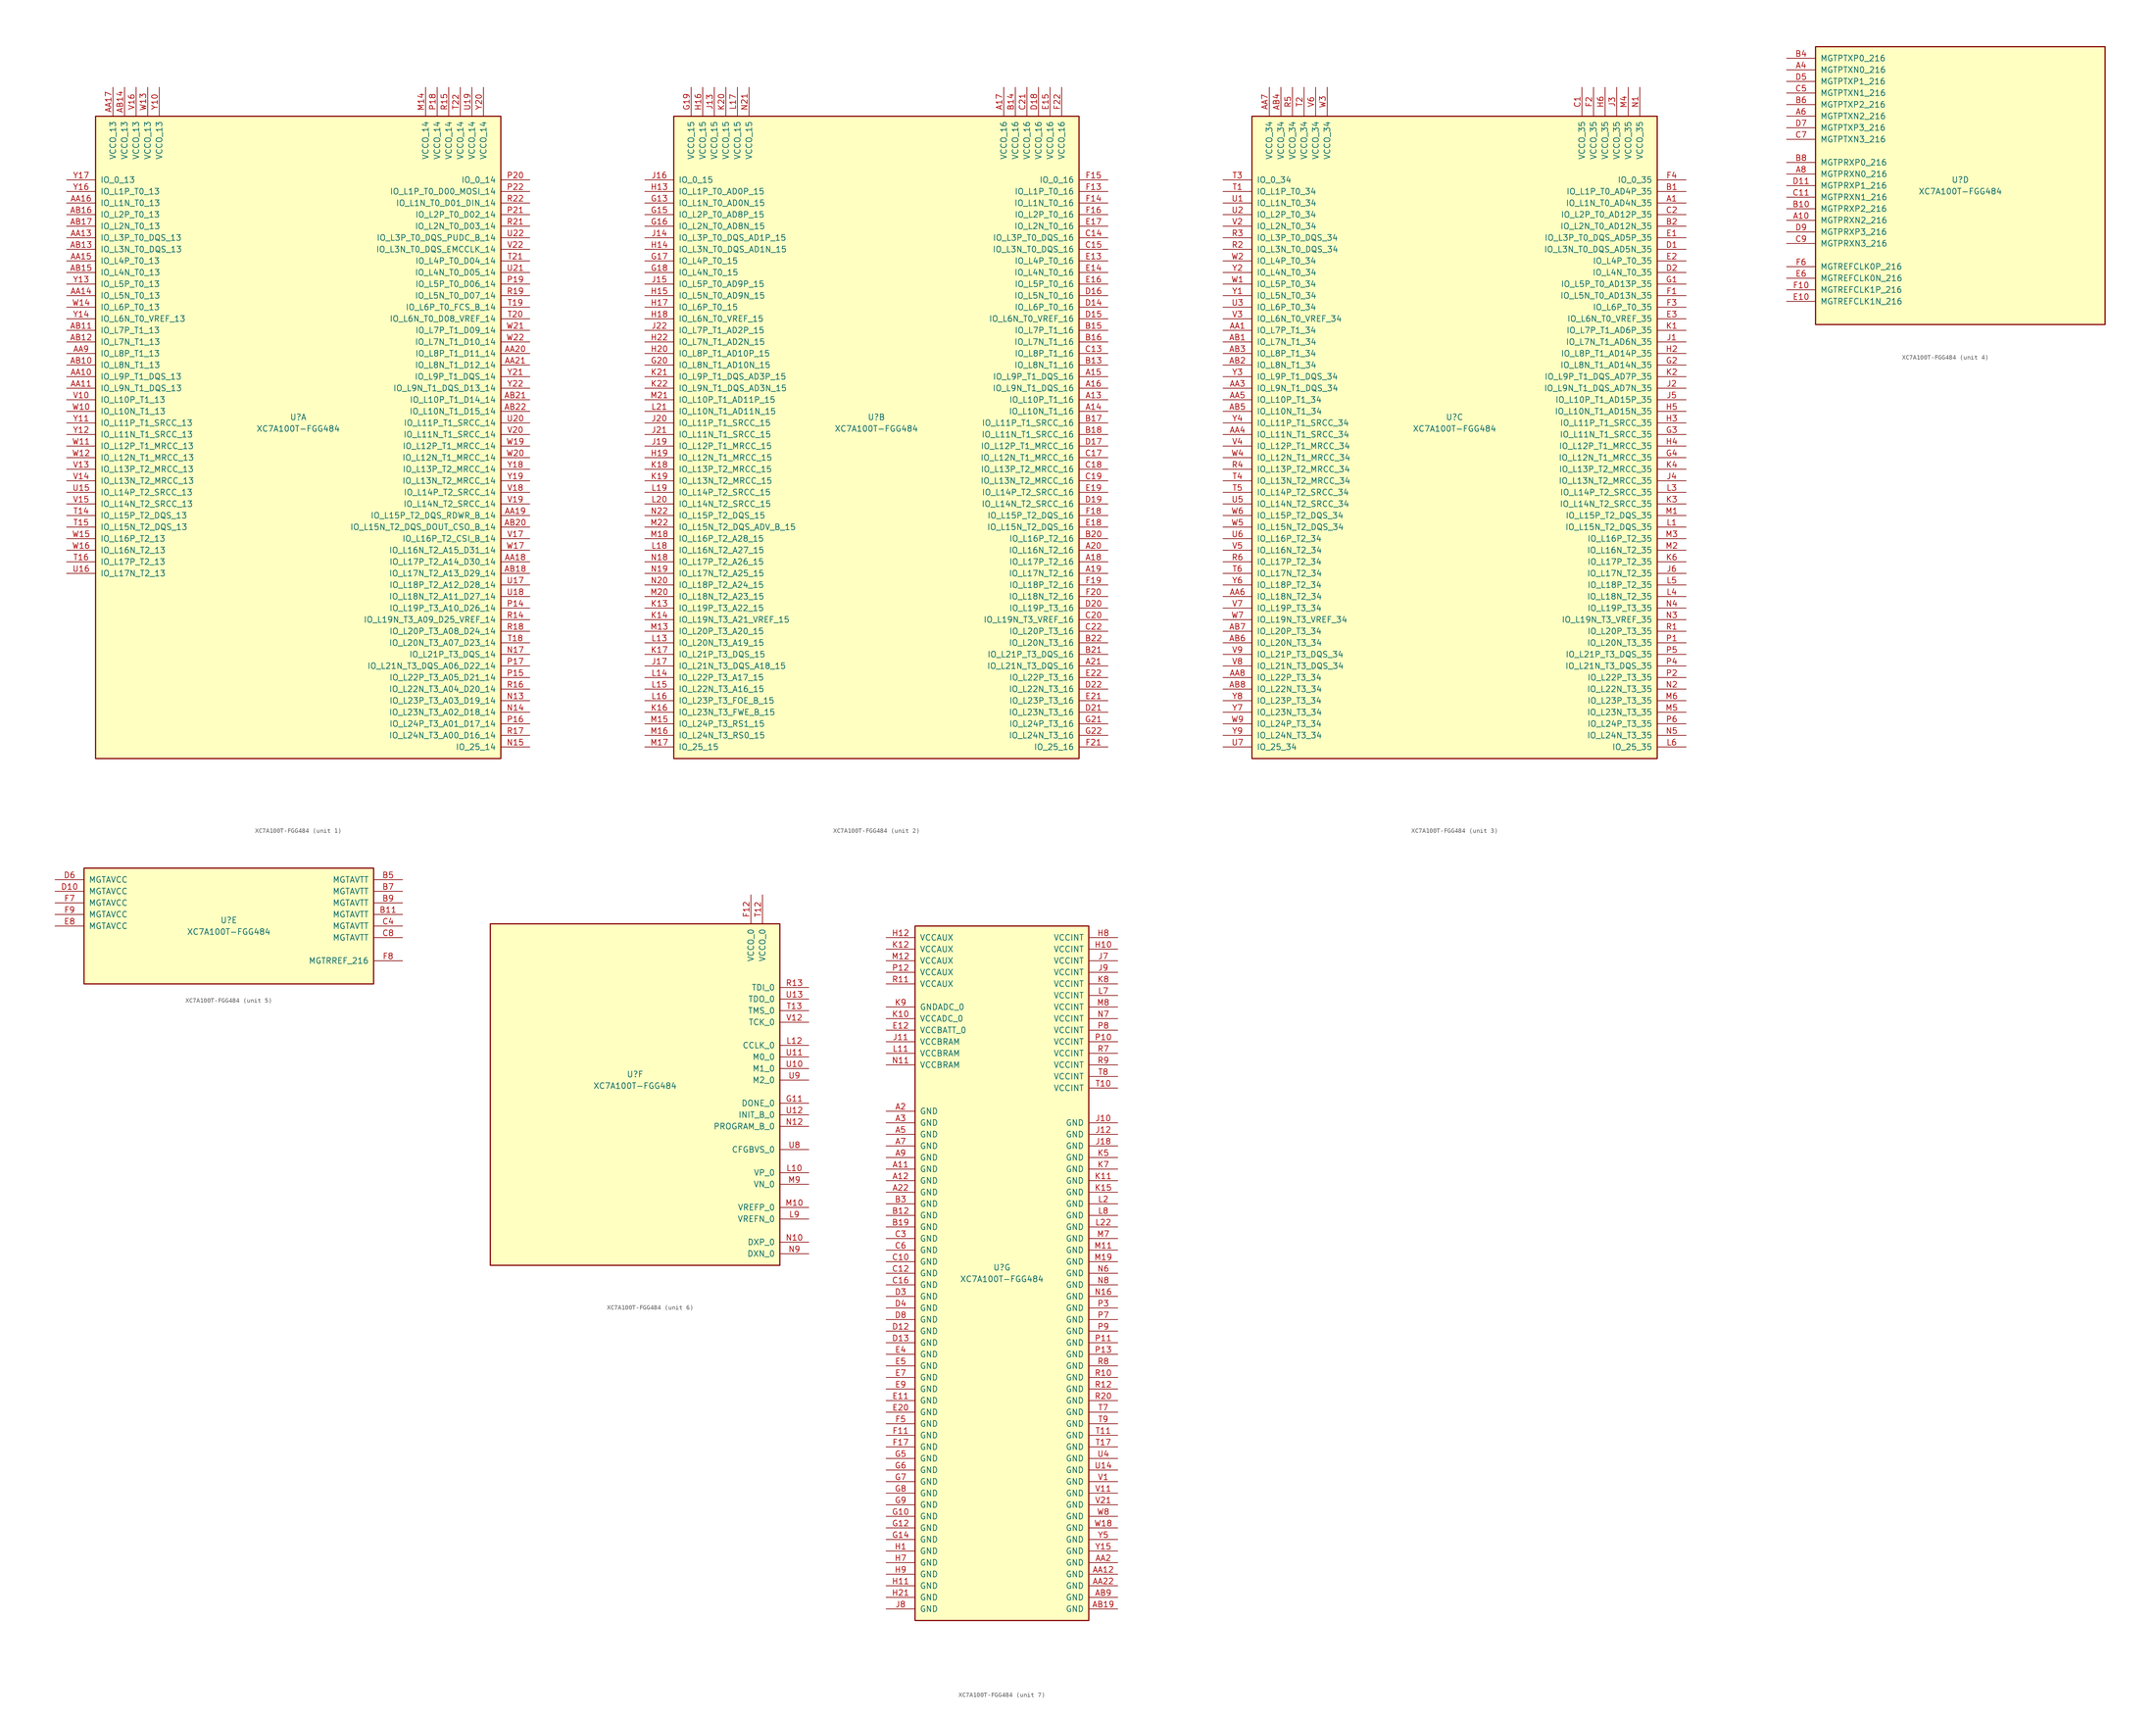
<source format=kicad_sym>
(kicad_symbol_lib
  (version 20231120)
  (generator "kicad_symbol_editor")
  (generator_version "8.0")
  (symbol "XC7A100T-FGG484"
    (pin_names
      (offset 1.016))
    (property "Reference" "U"
      (at 0 1.27 0)
      (effects (font (size 1.27 1.27))))
    (property "Value" "XC7A100T-FGG484"
      (at 0 -1.27 0)
      (effects (font (size 1.27 1.27))))
    (property "Datasheet" ""
      (at 0 0 0)
      (effects (font (size 1.27 1.27))))
    (property "ki_locked" ""
      (at 0 0 0)
      (effects (font (size 1.27 1.27))))
    (symbol "XC7A100T-FGG484_1_1"
      (rectangle (start -44.45 67.31) (end 44.45 -73.66) (stroke (width 0.254) (type default)) (fill (type background)))
      (pin bidirectional line (at -50.8 10.16 0) (length 6.35) (name "IO_L9P_T1_DQS_13" (effects (font (size 1.27 1.27)))) (number "AA10" (effects (font (size 1.27 1.27)))))
      (pin bidirectional line (at -50.8 7.62 0) (length 6.35) (name "IO_L9N_T1_DQS_13" (effects (font (size 1.27 1.27)))) (number "AA11" (effects (font (size 1.27 1.27)))))
      (pin bidirectional line (at -50.8 40.64 0) (length 6.35) (name "IO_L3P_T0_DQS_13" (effects (font (size 1.27 1.27)))) (number "AA13" (effects (font (size 1.27 1.27)))))
      (pin bidirectional line (at -50.8 27.94 0) (length 6.35) (name "IO_L5N_T0_13" (effects (font (size 1.27 1.27)))) (number "AA14" (effects (font (size 1.27 1.27)))))
      (pin bidirectional line (at -50.8 35.56 0) (length 6.35) (name "IO_L4P_T0_13" (effects (font (size 1.27 1.27)))) (number "AA15" (effects (font (size 1.27 1.27)))))
      (pin bidirectional line (at -50.8 48.26 0) (length 6.35) (name "IO_L1N_T0_13" (effects (font (size 1.27 1.27)))) (number "AA16" (effects (font (size 1.27 1.27)))))
      (pin power_in line (at -40.64 73.66 270) (length 6.35) (name "VCCO_13" (effects (font (size 1.27 1.27)))) (number "AA17" (effects (font (size 1.27 1.27)))))
      (pin bidirectional line (at 50.8 -30.48 180) (length 6.35) (name "IO_L17P_T2_A14_D30_14" (effects (font (size 1.27 1.27)))) (number "AA18" (effects (font (size 1.27 1.27)))))
      (pin bidirectional line (at 50.8 -20.32 180) (length 6.35) (name "IO_L15P_T2_DQS_RDWR_B_14" (effects (font (size 1.27 1.27)))) (number "AA19" (effects (font (size 1.27 1.27)))))
      (pin bidirectional line (at 50.8 15.24 180) (length 6.35) (name "IO_L8P_T1_D11_14" (effects (font (size 1.27 1.27)))) (number "AA20" (effects (font (size 1.27 1.27)))))
      (pin bidirectional line (at 50.8 12.7 180) (length 6.35) (name "IO_L8N_T1_D12_14" (effects (font (size 1.27 1.27)))) (number "AA21" (effects (font (size 1.27 1.27)))))
      (pin bidirectional line (at -50.8 15.24 0) (length 6.35) (name "IO_L8P_T1_13" (effects (font (size 1.27 1.27)))) (number "AA9" (effects (font (size 1.27 1.27)))))
      (pin bidirectional line (at -50.8 12.7 0) (length 6.35) (name "IO_L8N_T1_13" (effects (font (size 1.27 1.27)))) (number "AB10" (effects (font (size 1.27 1.27)))))
      (pin bidirectional line (at -50.8 20.32 0) (length 6.35) (name "IO_L7P_T1_13" (effects (font (size 1.27 1.27)))) (number "AB11" (effects (font (size 1.27 1.27)))))
      (pin bidirectional line (at -50.8 17.78 0) (length 6.35) (name "IO_L7N_T1_13" (effects (font (size 1.27 1.27)))) (number "AB12" (effects (font (size 1.27 1.27)))))
      (pin bidirectional line (at -50.8 38.1 0) (length 6.35) (name "IO_L3N_T0_DQS_13" (effects (font (size 1.27 1.27)))) (number "AB13" (effects (font (size 1.27 1.27)))))
      (pin power_in line (at -38.1 73.66 270) (length 6.35) (name "VCCO_13" (effects (font (size 1.27 1.27)))) (number "AB14" (effects (font (size 1.27 1.27)))))
      (pin bidirectional line (at -50.8 33.02 0) (length 6.35) (name "IO_L4N_T0_13" (effects (font (size 1.27 1.27)))) (number "AB15" (effects (font (size 1.27 1.27)))))
      (pin bidirectional line (at -50.8 45.72 0) (length 6.35) (name "IO_L2P_T0_13" (effects (font (size 1.27 1.27)))) (number "AB16" (effects (font (size 1.27 1.27)))))
      (pin bidirectional line (at -50.8 43.18 0) (length 6.35) (name "IO_L2N_T0_13" (effects (font (size 1.27 1.27)))) (number "AB17" (effects (font (size 1.27 1.27)))))
      (pin bidirectional line (at 50.8 -33.02 180) (length 6.35) (name "IO_L17N_T2_A13_D29_14" (effects (font (size 1.27 1.27)))) (number "AB18" (effects (font (size 1.27 1.27)))))
      (pin bidirectional line (at 50.8 -22.86 180) (length 6.35) (name "IO_L15N_T2_DQS_DOUT_CSO_B_14" (effects (font (size 1.27 1.27)))) (number "AB20" (effects (font (size 1.27 1.27)))))
      (pin bidirectional line (at 50.8 5.08 180) (length 6.35) (name "IO_L10P_T1_D14_14" (effects (font (size 1.27 1.27)))) (number "AB21" (effects (font (size 1.27 1.27)))))
      (pin bidirectional line (at 50.8 2.54 180) (length 6.35) (name "IO_L10N_T1_D15_14" (effects (font (size 1.27 1.27)))) (number "AB22" (effects (font (size 1.27 1.27)))))
      (pin power_in line (at 27.94 73.66 270) (length 6.35) (name "VCCO_14" (effects (font (size 1.27 1.27)))) (number "M14" (effects (font (size 1.27 1.27)))))
      (pin bidirectional line (at 50.8 -60.96 180) (length 6.35) (name "IO_L23P_T3_A03_D19_14" (effects (font (size 1.27 1.27)))) (number "N13" (effects (font (size 1.27 1.27)))))
      (pin bidirectional line (at 50.8 -63.5 180) (length 6.35) (name "IO_L23N_T3_A02_D18_14" (effects (font (size 1.27 1.27)))) (number "N14" (effects (font (size 1.27 1.27)))))
      (pin bidirectional line (at 50.8 -71.12 180) (length 6.35) (name "IO_25_14" (effects (font (size 1.27 1.27)))) (number "N15" (effects (font (size 1.27 1.27)))))
      (pin bidirectional line (at 50.8 -50.8 180) (length 6.35) (name "IO_L21P_T3_DQS_14" (effects (font (size 1.27 1.27)))) (number "N17" (effects (font (size 1.27 1.27)))))
      (pin bidirectional line (at 50.8 -40.64 180) (length 6.35) (name "IO_L19P_T3_A10_D26_14" (effects (font (size 1.27 1.27)))) (number "P14" (effects (font (size 1.27 1.27)))))
      (pin bidirectional line (at 50.8 -55.88 180) (length 6.35) (name "IO_L22P_T3_A05_D21_14" (effects (font (size 1.27 1.27)))) (number "P15" (effects (font (size 1.27 1.27)))))
      (pin bidirectional line (at 50.8 -66.04 180) (length 6.35) (name "IO_L24P_T3_A01_D17_14" (effects (font (size 1.27 1.27)))) (number "P16" (effects (font (size 1.27 1.27)))))
      (pin bidirectional line (at 50.8 -53.34 180) (length 6.35) (name "IO_L21N_T3_DQS_A06_D22_14" (effects (font (size 1.27 1.27)))) (number "P17" (effects (font (size 1.27 1.27)))))
      (pin power_in line (at 30.48 73.66 270) (length 6.35) (name "VCCO_14" (effects (font (size 1.27 1.27)))) (number "P18" (effects (font (size 1.27 1.27)))))
      (pin bidirectional line (at 50.8 30.48 180) (length 6.35) (name "IO_L5P_T0_D06_14" (effects (font (size 1.27 1.27)))) (number "P19" (effects (font (size 1.27 1.27)))))
      (pin bidirectional line (at 50.8 53.34 180) (length 6.35) (name "IO_0_14" (effects (font (size 1.27 1.27)))) (number "P20" (effects (font (size 1.27 1.27)))))
      (pin bidirectional line (at 50.8 45.72 180) (length 6.35) (name "IO_L2P_T0_D02_14" (effects (font (size 1.27 1.27)))) (number "P21" (effects (font (size 1.27 1.27)))))
      (pin bidirectional line (at 50.8 50.8 180) (length 6.35) (name "IO_L1P_T0_D00_MOSI_14" (effects (font (size 1.27 1.27)))) (number "P22" (effects (font (size 1.27 1.27)))))
      (pin bidirectional line (at 50.8 -43.18 180) (length 6.35) (name "IO_L19N_T3_A09_D25_VREF_14" (effects (font (size 1.27 1.27)))) (number "R14" (effects (font (size 1.27 1.27)))))
      (pin power_in line (at 33.02 73.66 270) (length 6.35) (name "VCCO_14" (effects (font (size 1.27 1.27)))) (number "R15" (effects (font (size 1.27 1.27)))))
      (pin bidirectional line (at 50.8 -58.42 180) (length 6.35) (name "IO_L22N_T3_A04_D20_14" (effects (font (size 1.27 1.27)))) (number "R16" (effects (font (size 1.27 1.27)))))
      (pin bidirectional line (at 50.8 -68.58 180) (length 6.35) (name "IO_L24N_T3_A00_D16_14" (effects (font (size 1.27 1.27)))) (number "R17" (effects (font (size 1.27 1.27)))))
      (pin bidirectional line (at 50.8 -45.72 180) (length 6.35) (name "IO_L20P_T3_A08_D24_14" (effects (font (size 1.27 1.27)))) (number "R18" (effects (font (size 1.27 1.27)))))
      (pin bidirectional line (at 50.8 27.94 180) (length 6.35) (name "IO_L5N_T0_D07_14" (effects (font (size 1.27 1.27)))) (number "R19" (effects (font (size 1.27 1.27)))))
      (pin bidirectional line (at 50.8 43.18 180) (length 6.35) (name "IO_L2N_T0_D03_14" (effects (font (size 1.27 1.27)))) (number "R21" (effects (font (size 1.27 1.27)))))
      (pin bidirectional line (at 50.8 48.26 180) (length 6.35) (name "IO_L1N_T0_D01_DIN_14" (effects (font (size 1.27 1.27)))) (number "R22" (effects (font (size 1.27 1.27)))))
      (pin bidirectional line (at -50.8 -20.32 0) (length 6.35) (name "IO_L15P_T2_DQS_13" (effects (font (size 1.27 1.27)))) (number "T14" (effects (font (size 1.27 1.27)))))
      (pin bidirectional line (at -50.8 -22.86 0) (length 6.35) (name "IO_L15N_T2_DQS_13" (effects (font (size 1.27 1.27)))) (number "T15" (effects (font (size 1.27 1.27)))))
      (pin bidirectional line (at -50.8 -30.48 0) (length 6.35) (name "IO_L17P_T2_13" (effects (font (size 1.27 1.27)))) (number "T16" (effects (font (size 1.27 1.27)))))
      (pin bidirectional line (at 50.8 -48.26 180) (length 6.35) (name "IO_L20N_T3_A07_D23_14" (effects (font (size 1.27 1.27)))) (number "T18" (effects (font (size 1.27 1.27)))))
      (pin bidirectional line (at 50.8 25.4 180) (length 6.35) (name "IO_L6P_T0_FCS_B_14" (effects (font (size 1.27 1.27)))) (number "T19" (effects (font (size 1.27 1.27)))))
      (pin bidirectional line (at 50.8 22.86 180) (length 6.35) (name "IO_L6N_T0_D08_VREF_14" (effects (font (size 1.27 1.27)))) (number "T20" (effects (font (size 1.27 1.27)))))
      (pin bidirectional line (at 50.8 35.56 180) (length 6.35) (name "IO_L4P_T0_D04_14" (effects (font (size 1.27 1.27)))) (number "T21" (effects (font (size 1.27 1.27)))))
      (pin power_in line (at 35.56 73.66 270) (length 6.35) (name "VCCO_14" (effects (font (size 1.27 1.27)))) (number "T22" (effects (font (size 1.27 1.27)))))
      (pin bidirectional line (at -50.8 -15.24 0) (length 6.35) (name "IO_L14P_T2_SRCC_13" (effects (font (size 1.27 1.27)))) (number "U15" (effects (font (size 1.27 1.27)))))
      (pin bidirectional line (at -50.8 -33.02 0) (length 6.35) (name "IO_L17N_T2_13" (effects (font (size 1.27 1.27)))) (number "U16" (effects (font (size 1.27 1.27)))))
      (pin bidirectional line (at 50.8 -35.56 180) (length 6.35) (name "IO_L18P_T2_A12_D28_14" (effects (font (size 1.27 1.27)))) (number "U17" (effects (font (size 1.27 1.27)))))
      (pin bidirectional line (at 50.8 -38.1 180) (length 6.35) (name "IO_L18N_T2_A11_D27_14" (effects (font (size 1.27 1.27)))) (number "U18" (effects (font (size 1.27 1.27)))))
      (pin power_in line (at 38.1 73.66 270) (length 6.35) (name "VCCO_14" (effects (font (size 1.27 1.27)))) (number "U19" (effects (font (size 1.27 1.27)))))
      (pin bidirectional line (at 50.8 0 180) (length 6.35) (name "IO_L11P_T1_SRCC_14" (effects (font (size 1.27 1.27)))) (number "U20" (effects (font (size 1.27 1.27)))))
      (pin bidirectional line (at 50.8 33.02 180) (length 6.35) (name "IO_L4N_T0_D05_14" (effects (font (size 1.27 1.27)))) (number "U21" (effects (font (size 1.27 1.27)))))
      (pin bidirectional line (at 50.8 40.64 180) (length 6.35) (name "IO_L3P_T0_DQS_PUDC_B_14" (effects (font (size 1.27 1.27)))) (number "U22" (effects (font (size 1.27 1.27)))))
      (pin bidirectional line (at -50.8 5.08 0) (length 6.35) (name "IO_L10P_T1_13" (effects (font (size 1.27 1.27)))) (number "V10" (effects (font (size 1.27 1.27)))))
      (pin bidirectional line (at -50.8 -10.16 0) (length 6.35) (name "IO_L13P_T2_MRCC_13" (effects (font (size 1.27 1.27)))) (number "V13" (effects (font (size 1.27 1.27)))))
      (pin bidirectional line (at -50.8 -12.7 0) (length 6.35) (name "IO_L13N_T2_MRCC_13" (effects (font (size 1.27 1.27)))) (number "V14" (effects (font (size 1.27 1.27)))))
      (pin bidirectional line (at -50.8 -17.78 0) (length 6.35) (name "IO_L14N_T2_SRCC_13" (effects (font (size 1.27 1.27)))) (number "V15" (effects (font (size 1.27 1.27)))))
      (pin power_in line (at -35.56 73.66 270) (length 6.35) (name "VCCO_13" (effects (font (size 1.27 1.27)))) (number "V16" (effects (font (size 1.27 1.27)))))
      (pin bidirectional line (at 50.8 -25.4 180) (length 6.35) (name "IO_L16P_T2_CSI_B_14" (effects (font (size 1.27 1.27)))) (number "V17" (effects (font (size 1.27 1.27)))))
      (pin bidirectional line (at 50.8 -15.24 180) (length 6.35) (name "IO_L14P_T2_SRCC_14" (effects (font (size 1.27 1.27)))) (number "V18" (effects (font (size 1.27 1.27)))))
      (pin bidirectional line (at 50.8 -17.78 180) (length 6.35) (name "IO_L14N_T2_SRCC_14" (effects (font (size 1.27 1.27)))) (number "V19" (effects (font (size 1.27 1.27)))))
      (pin bidirectional line (at 50.8 -2.54 180) (length 6.35) (name "IO_L11N_T1_SRCC_14" (effects (font (size 1.27 1.27)))) (number "V20" (effects (font (size 1.27 1.27)))))
      (pin bidirectional line (at 50.8 38.1 180) (length 6.35) (name "IO_L3N_T0_DQS_EMCCLK_14" (effects (font (size 1.27 1.27)))) (number "V22" (effects (font (size 1.27 1.27)))))
      (pin bidirectional line (at -50.8 2.54 0) (length 6.35) (name "IO_L10N_T1_13" (effects (font (size 1.27 1.27)))) (number "W10" (effects (font (size 1.27 1.27)))))
      (pin bidirectional line (at -50.8 -5.08 0) (length 6.35) (name "IO_L12P_T1_MRCC_13" (effects (font (size 1.27 1.27)))) (number "W11" (effects (font (size 1.27 1.27)))))
      (pin bidirectional line (at -50.8 -7.62 0) (length 6.35) (name "IO_L12N_T1_MRCC_13" (effects (font (size 1.27 1.27)))) (number "W12" (effects (font (size 1.27 1.27)))))
      (pin power_in line (at -33.02 73.66 270) (length 6.35) (name "VCCO_13" (effects (font (size 1.27 1.27)))) (number "W13" (effects (font (size 1.27 1.27)))))
      (pin bidirectional line (at -50.8 25.4 0) (length 6.35) (name "IO_L6P_T0_13" (effects (font (size 1.27 1.27)))) (number "W14" (effects (font (size 1.27 1.27)))))
      (pin bidirectional line (at -50.8 -25.4 0) (length 6.35) (name "IO_L16P_T2_13" (effects (font (size 1.27 1.27)))) (number "W15" (effects (font (size 1.27 1.27)))))
      (pin bidirectional line (at -50.8 -27.94 0) (length 6.35) (name "IO_L16N_T2_13" (effects (font (size 1.27 1.27)))) (number "W16" (effects (font (size 1.27 1.27)))))
      (pin bidirectional line (at 50.8 -27.94 180) (length 6.35) (name "IO_L16N_T2_A15_D31_14" (effects (font (size 1.27 1.27)))) (number "W17" (effects (font (size 1.27 1.27)))))
      (pin bidirectional line (at 50.8 -5.08 180) (length 6.35) (name "IO_L12P_T1_MRCC_14" (effects (font (size 1.27 1.27)))) (number "W19" (effects (font (size 1.27 1.27)))))
      (pin bidirectional line (at 50.8 -7.62 180) (length 6.35) (name "IO_L12N_T1_MRCC_14" (effects (font (size 1.27 1.27)))) (number "W20" (effects (font (size 1.27 1.27)))))
      (pin bidirectional line (at 50.8 20.32 180) (length 6.35) (name "IO_L7P_T1_D09_14" (effects (font (size 1.27 1.27)))) (number "W21" (effects (font (size 1.27 1.27)))))
      (pin bidirectional line (at 50.8 17.78 180) (length 6.35) (name "IO_L7N_T1_D10_14" (effects (font (size 1.27 1.27)))) (number "W22" (effects (font (size 1.27 1.27)))))
      (pin power_in line (at -30.48 73.66 270) (length 6.35) (name "VCCO_13" (effects (font (size 1.27 1.27)))) (number "Y10" (effects (font (size 1.27 1.27)))))
      (pin bidirectional line (at -50.8 0 0) (length 6.35) (name "IO_L11P_T1_SRCC_13" (effects (font (size 1.27 1.27)))) (number "Y11" (effects (font (size 1.27 1.27)))))
      (pin bidirectional line (at -50.8 -2.54 0) (length 6.35) (name "IO_L11N_T1_SRCC_13" (effects (font (size 1.27 1.27)))) (number "Y12" (effects (font (size 1.27 1.27)))))
      (pin bidirectional line (at -50.8 30.48 0) (length 6.35) (name "IO_L5P_T0_13" (effects (font (size 1.27 1.27)))) (number "Y13" (effects (font (size 1.27 1.27)))))
      (pin bidirectional line (at -50.8 22.86 0) (length 6.35) (name "IO_L6N_T0_VREF_13" (effects (font (size 1.27 1.27)))) (number "Y14" (effects (font (size 1.27 1.27)))))
      (pin bidirectional line (at -50.8 50.8 0) (length 6.35) (name "IO_L1P_T0_13" (effects (font (size 1.27 1.27)))) (number "Y16" (effects (font (size 1.27 1.27)))))
      (pin bidirectional line (at -50.8 53.34 0) (length 6.35) (name "IO_0_13" (effects (font (size 1.27 1.27)))) (number "Y17" (effects (font (size 1.27 1.27)))))
      (pin bidirectional line (at 50.8 -10.16 180) (length 6.35) (name "IO_L13P_T2_MRCC_14" (effects (font (size 1.27 1.27)))) (number "Y18" (effects (font (size 1.27 1.27)))))
      (pin bidirectional line (at 50.8 -12.7 180) (length 6.35) (name "IO_L13N_T2_MRCC_14" (effects (font (size 1.27 1.27)))) (number "Y19" (effects (font (size 1.27 1.27)))))
      (pin power_in line (at 40.64 73.66 270) (length 6.35) (name "VCCO_14" (effects (font (size 1.27 1.27)))) (number "Y20" (effects (font (size 1.27 1.27)))))
      (pin bidirectional line (at 50.8 10.16 180) (length 6.35) (name "IO_L9P_T1_DQS_14" (effects (font (size 1.27 1.27)))) (number "Y21" (effects (font (size 1.27 1.27)))))
      (pin bidirectional line (at 50.8 7.62 180) (length 6.35) (name "IO_L9N_T1_DQS_D13_14" (effects (font (size 1.27 1.27)))) (number "Y22" (effects (font (size 1.27 1.27))))))
    (symbol "XC7A100T-FGG484_2_1"
      (rectangle (start -44.45 67.31) (end 44.45 -73.66) (stroke (width 0.254) (type default)) (fill (type background)))
      (pin bidirectional line (at 50.8 5.08 180) (length 6.35) (name "IO_L10P_T1_16" (effects (font (size 1.27 1.27)))) (number "A13" (effects (font (size 1.27 1.27)))))
      (pin bidirectional line (at 50.8 2.54 180) (length 6.35) (name "IO_L10N_T1_16" (effects (font (size 1.27 1.27)))) (number "A14" (effects (font (size 1.27 1.27)))))
      (pin bidirectional line (at 50.8 10.16 180) (length 6.35) (name "IO_L9P_T1_DQS_16" (effects (font (size 1.27 1.27)))) (number "A15" (effects (font (size 1.27 1.27)))))
      (pin bidirectional line (at 50.8 7.62 180) (length 6.35) (name "IO_L9N_T1_DQS_16" (effects (font (size 1.27 1.27)))) (number "A16" (effects (font (size 1.27 1.27)))))
      (pin power_in line (at 27.94 73.66 270) (length 6.35) (name "VCCO_16" (effects (font (size 1.27 1.27)))) (number "A17" (effects (font (size 1.27 1.27)))))
      (pin bidirectional line (at 50.8 -30.48 180) (length 6.35) (name "IO_L17P_T2_16" (effects (font (size 1.27 1.27)))) (number "A18" (effects (font (size 1.27 1.27)))))
      (pin bidirectional line (at 50.8 -33.02 180) (length 6.35) (name "IO_L17N_T2_16" (effects (font (size 1.27 1.27)))) (number "A19" (effects (font (size 1.27 1.27)))))
      (pin bidirectional line (at 50.8 -27.94 180) (length 6.35) (name "IO_L16N_T2_16" (effects (font (size 1.27 1.27)))) (number "A20" (effects (font (size 1.27 1.27)))))
      (pin bidirectional line (at 50.8 -53.34 180) (length 6.35) (name "IO_L21N_T3_DQS_16" (effects (font (size 1.27 1.27)))) (number "A21" (effects (font (size 1.27 1.27)))))
      (pin bidirectional line (at 50.8 12.7 180) (length 6.35) (name "IO_L8N_T1_16" (effects (font (size 1.27 1.27)))) (number "B13" (effects (font (size 1.27 1.27)))))
      (pin power_in line (at 30.48 73.66 270) (length 6.35) (name "VCCO_16" (effects (font (size 1.27 1.27)))) (number "B14" (effects (font (size 1.27 1.27)))))
      (pin bidirectional line (at 50.8 20.32 180) (length 6.35) (name "IO_L7P_T1_16" (effects (font (size 1.27 1.27)))) (number "B15" (effects (font (size 1.27 1.27)))))
      (pin bidirectional line (at 50.8 17.78 180) (length 6.35) (name "IO_L7N_T1_16" (effects (font (size 1.27 1.27)))) (number "B16" (effects (font (size 1.27 1.27)))))
      (pin bidirectional line (at 50.8 0 180) (length 6.35) (name "IO_L11P_T1_SRCC_16" (effects (font (size 1.27 1.27)))) (number "B17" (effects (font (size 1.27 1.27)))))
      (pin bidirectional line (at 50.8 -2.54 180) (length 6.35) (name "IO_L11N_T1_SRCC_16" (effects (font (size 1.27 1.27)))) (number "B18" (effects (font (size 1.27 1.27)))))
      (pin bidirectional line (at 50.8 -25.4 180) (length 6.35) (name "IO_L16P_T2_16" (effects (font (size 1.27 1.27)))) (number "B20" (effects (font (size 1.27 1.27)))))
      (pin bidirectional line (at 50.8 -50.8 180) (length 6.35) (name "IO_L21P_T3_DQS_16" (effects (font (size 1.27 1.27)))) (number "B21" (effects (font (size 1.27 1.27)))))
      (pin bidirectional line (at 50.8 -48.26 180) (length 6.35) (name "IO_L20N_T3_16" (effects (font (size 1.27 1.27)))) (number "B22" (effects (font (size 1.27 1.27)))))
      (pin bidirectional line (at 50.8 15.24 180) (length 6.35) (name "IO_L8P_T1_16" (effects (font (size 1.27 1.27)))) (number "C13" (effects (font (size 1.27 1.27)))))
      (pin bidirectional line (at 50.8 40.64 180) (length 6.35) (name "IO_L3P_T0_DQS_16" (effects (font (size 1.27 1.27)))) (number "C14" (effects (font (size 1.27 1.27)))))
      (pin bidirectional line (at 50.8 38.1 180) (length 6.35) (name "IO_L3N_T0_DQS_16" (effects (font (size 1.27 1.27)))) (number "C15" (effects (font (size 1.27 1.27)))))
      (pin bidirectional line (at 50.8 -7.62 180) (length 6.35) (name "IO_L12N_T1_MRCC_16" (effects (font (size 1.27 1.27)))) (number "C17" (effects (font (size 1.27 1.27)))))
      (pin bidirectional line (at 50.8 -10.16 180) (length 6.35) (name "IO_L13P_T2_MRCC_16" (effects (font (size 1.27 1.27)))) (number "C18" (effects (font (size 1.27 1.27)))))
      (pin bidirectional line (at 50.8 -12.7 180) (length 6.35) (name "IO_L13N_T2_MRCC_16" (effects (font (size 1.27 1.27)))) (number "C19" (effects (font (size 1.27 1.27)))))
      (pin bidirectional line (at 50.8 -43.18 180) (length 6.35) (name "IO_L19N_T3_VREF_16" (effects (font (size 1.27 1.27)))) (number "C20" (effects (font (size 1.27 1.27)))))
      (pin power_in line (at 33.02 73.66 270) (length 6.35) (name "VCCO_16" (effects (font (size 1.27 1.27)))) (number "C21" (effects (font (size 1.27 1.27)))))
      (pin bidirectional line (at 50.8 -45.72 180) (length 6.35) (name "IO_L20P_T3_16" (effects (font (size 1.27 1.27)))) (number "C22" (effects (font (size 1.27 1.27)))))
      (pin bidirectional line (at 50.8 25.4 180) (length 6.35) (name "IO_L6P_T0_16" (effects (font (size 1.27 1.27)))) (number "D14" (effects (font (size 1.27 1.27)))))
      (pin bidirectional line (at 50.8 22.86 180) (length 6.35) (name "IO_L6N_T0_VREF_16" (effects (font (size 1.27 1.27)))) (number "D15" (effects (font (size 1.27 1.27)))))
      (pin bidirectional line (at 50.8 27.94 180) (length 6.35) (name "IO_L5N_T0_16" (effects (font (size 1.27 1.27)))) (number "D16" (effects (font (size 1.27 1.27)))))
      (pin bidirectional line (at 50.8 -5.08 180) (length 6.35) (name "IO_L12P_T1_MRCC_16" (effects (font (size 1.27 1.27)))) (number "D17" (effects (font (size 1.27 1.27)))))
      (pin power_in line (at 35.56 73.66 270) (length 6.35) (name "VCCO_16" (effects (font (size 1.27 1.27)))) (number "D18" (effects (font (size 1.27 1.27)))))
      (pin bidirectional line (at 50.8 -17.78 180) (length 6.35) (name "IO_L14N_T2_SRCC_16" (effects (font (size 1.27 1.27)))) (number "D19" (effects (font (size 1.27 1.27)))))
      (pin bidirectional line (at 50.8 -40.64 180) (length 6.35) (name "IO_L19P_T3_16" (effects (font (size 1.27 1.27)))) (number "D20" (effects (font (size 1.27 1.27)))))
      (pin bidirectional line (at 50.8 -63.5 180) (length 6.35) (name "IO_L23N_T3_16" (effects (font (size 1.27 1.27)))) (number "D21" (effects (font (size 1.27 1.27)))))
      (pin bidirectional line (at 50.8 -58.42 180) (length 6.35) (name "IO_L22N_T3_16" (effects (font (size 1.27 1.27)))) (number "D22" (effects (font (size 1.27 1.27)))))
      (pin bidirectional line (at 50.8 35.56 180) (length 6.35) (name "IO_L4P_T0_16" (effects (font (size 1.27 1.27)))) (number "E13" (effects (font (size 1.27 1.27)))))
      (pin bidirectional line (at 50.8 33.02 180) (length 6.35) (name "IO_L4N_T0_16" (effects (font (size 1.27 1.27)))) (number "E14" (effects (font (size 1.27 1.27)))))
      (pin power_in line (at 38.1 73.66 270) (length 6.35) (name "VCCO_16" (effects (font (size 1.27 1.27)))) (number "E15" (effects (font (size 1.27 1.27)))))
      (pin bidirectional line (at 50.8 30.48 180) (length 6.35) (name "IO_L5P_T0_16" (effects (font (size 1.27 1.27)))) (number "E16" (effects (font (size 1.27 1.27)))))
      (pin bidirectional line (at 50.8 43.18 180) (length 6.35) (name "IO_L2N_T0_16" (effects (font (size 1.27 1.27)))) (number "E17" (effects (font (size 1.27 1.27)))))
      (pin bidirectional line (at 50.8 -22.86 180) (length 6.35) (name "IO_L15N_T2_DQS_16" (effects (font (size 1.27 1.27)))) (number "E18" (effects (font (size 1.27 1.27)))))
      (pin bidirectional line (at 50.8 -15.24 180) (length 6.35) (name "IO_L14P_T2_SRCC_16" (effects (font (size 1.27 1.27)))) (number "E19" (effects (font (size 1.27 1.27)))))
      (pin bidirectional line (at 50.8 -60.96 180) (length 6.35) (name "IO_L23P_T3_16" (effects (font (size 1.27 1.27)))) (number "E21" (effects (font (size 1.27 1.27)))))
      (pin bidirectional line (at 50.8 -55.88 180) (length 6.35) (name "IO_L22P_T3_16" (effects (font (size 1.27 1.27)))) (number "E22" (effects (font (size 1.27 1.27)))))
      (pin bidirectional line (at 50.8 50.8 180) (length 6.35) (name "IO_L1P_T0_16" (effects (font (size 1.27 1.27)))) (number "F13" (effects (font (size 1.27 1.27)))))
      (pin bidirectional line (at 50.8 48.26 180) (length 6.35) (name "IO_L1N_T0_16" (effects (font (size 1.27 1.27)))) (number "F14" (effects (font (size 1.27 1.27)))))
      (pin bidirectional line (at 50.8 53.34 180) (length 6.35) (name "IO_0_16" (effects (font (size 1.27 1.27)))) (number "F15" (effects (font (size 1.27 1.27)))))
      (pin bidirectional line (at 50.8 45.72 180) (length 6.35) (name "IO_L2P_T0_16" (effects (font (size 1.27 1.27)))) (number "F16" (effects (font (size 1.27 1.27)))))
      (pin bidirectional line (at 50.8 -20.32 180) (length 6.35) (name "IO_L15P_T2_DQS_16" (effects (font (size 1.27 1.27)))) (number "F18" (effects (font (size 1.27 1.27)))))
      (pin bidirectional line (at 50.8 -35.56 180) (length 6.35) (name "IO_L18P_T2_16" (effects (font (size 1.27 1.27)))) (number "F19" (effects (font (size 1.27 1.27)))))
      (pin bidirectional line (at 50.8 -38.1 180) (length 6.35) (name "IO_L18N_T2_16" (effects (font (size 1.27 1.27)))) (number "F20" (effects (font (size 1.27 1.27)))))
      (pin bidirectional line (at 50.8 -71.12 180) (length 6.35) (name "IO_25_16" (effects (font (size 1.27 1.27)))) (number "F21" (effects (font (size 1.27 1.27)))))
      (pin power_in line (at 40.64 73.66 270) (length 6.35) (name "VCCO_16" (effects (font (size 1.27 1.27)))) (number "F22" (effects (font (size 1.27 1.27)))))
      (pin bidirectional line (at -50.8 48.26 0) (length 6.35) (name "IO_L1N_T0_AD0N_15" (effects (font (size 1.27 1.27)))) (number "G13" (effects (font (size 1.27 1.27)))))
      (pin bidirectional line (at -50.8 45.72 0) (length 6.35) (name "IO_L2P_T0_AD8P_15" (effects (font (size 1.27 1.27)))) (number "G15" (effects (font (size 1.27 1.27)))))
      (pin bidirectional line (at -50.8 43.18 0) (length 6.35) (name "IO_L2N_T0_AD8N_15" (effects (font (size 1.27 1.27)))) (number "G16" (effects (font (size 1.27 1.27)))))
      (pin bidirectional line (at -50.8 35.56 0) (length 6.35) (name "IO_L4P_T0_15" (effects (font (size 1.27 1.27)))) (number "G17" (effects (font (size 1.27 1.27)))))
      (pin bidirectional line (at -50.8 33.02 0) (length 6.35) (name "IO_L4N_T0_15" (effects (font (size 1.27 1.27)))) (number "G18" (effects (font (size 1.27 1.27)))))
      (pin power_in line (at -40.64 73.66 270) (length 6.35) (name "VCCO_15" (effects (font (size 1.27 1.27)))) (number "G19" (effects (font (size 1.27 1.27)))))
      (pin bidirectional line (at -50.8 12.7 0) (length 6.35) (name "IO_L8N_T1_AD10N_15" (effects (font (size 1.27 1.27)))) (number "G20" (effects (font (size 1.27 1.27)))))
      (pin bidirectional line (at 50.8 -66.04 180) (length 6.35) (name "IO_L24P_T3_16" (effects (font (size 1.27 1.27)))) (number "G21" (effects (font (size 1.27 1.27)))))
      (pin bidirectional line (at 50.8 -68.58 180) (length 6.35) (name "IO_L24N_T3_16" (effects (font (size 1.27 1.27)))) (number "G22" (effects (font (size 1.27 1.27)))))
      (pin bidirectional line (at -50.8 50.8 0) (length 6.35) (name "IO_L1P_T0_AD0P_15" (effects (font (size 1.27 1.27)))) (number "H13" (effects (font (size 1.27 1.27)))))
      (pin bidirectional line (at -50.8 38.1 0) (length 6.35) (name "IO_L3N_T0_DQS_AD1N_15" (effects (font (size 1.27 1.27)))) (number "H14" (effects (font (size 1.27 1.27)))))
      (pin bidirectional line (at -50.8 27.94 0) (length 6.35) (name "IO_L5N_T0_AD9N_15" (effects (font (size 1.27 1.27)))) (number "H15" (effects (font (size 1.27 1.27)))))
      (pin power_in line (at -38.1 73.66 270) (length 6.35) (name "VCCO_15" (effects (font (size 1.27 1.27)))) (number "H16" (effects (font (size 1.27 1.27)))))
      (pin bidirectional line (at -50.8 25.4 0) (length 6.35) (name "IO_L6P_T0_15" (effects (font (size 1.27 1.27)))) (number "H17" (effects (font (size 1.27 1.27)))))
      (pin bidirectional line (at -50.8 22.86 0) (length 6.35) (name "IO_L6N_T0_VREF_15" (effects (font (size 1.27 1.27)))) (number "H18" (effects (font (size 1.27 1.27)))))
      (pin bidirectional line (at -50.8 -7.62 0) (length 6.35) (name "IO_L12N_T1_MRCC_15" (effects (font (size 1.27 1.27)))) (number "H19" (effects (font (size 1.27 1.27)))))
      (pin bidirectional line (at -50.8 15.24 0) (length 6.35) (name "IO_L8P_T1_AD10P_15" (effects (font (size 1.27 1.27)))) (number "H20" (effects (font (size 1.27 1.27)))))
      (pin bidirectional line (at -50.8 17.78 0) (length 6.35) (name "IO_L7N_T1_AD2N_15" (effects (font (size 1.27 1.27)))) (number "H22" (effects (font (size 1.27 1.27)))))
      (pin power_in line (at -35.56 73.66 270) (length 6.35) (name "VCCO_15" (effects (font (size 1.27 1.27)))) (number "J13" (effects (font (size 1.27 1.27)))))
      (pin bidirectional line (at -50.8 40.64 0) (length 6.35) (name "IO_L3P_T0_DQS_AD1P_15" (effects (font (size 1.27 1.27)))) (number "J14" (effects (font (size 1.27 1.27)))))
      (pin bidirectional line (at -50.8 30.48 0) (length 6.35) (name "IO_L5P_T0_AD9P_15" (effects (font (size 1.27 1.27)))) (number "J15" (effects (font (size 1.27 1.27)))))
      (pin bidirectional line (at -50.8 53.34 0) (length 6.35) (name "IO_0_15" (effects (font (size 1.27 1.27)))) (number "J16" (effects (font (size 1.27 1.27)))))
      (pin bidirectional line (at -50.8 -53.34 0) (length 6.35) (name "IO_L21N_T3_DQS_A18_15" (effects (font (size 1.27 1.27)))) (number "J17" (effects (font (size 1.27 1.27)))))
      (pin bidirectional line (at -50.8 -5.08 0) (length 6.35) (name "IO_L12P_T1_MRCC_15" (effects (font (size 1.27 1.27)))) (number "J19" (effects (font (size 1.27 1.27)))))
      (pin bidirectional line (at -50.8 0 0) (length 6.35) (name "IO_L11P_T1_SRCC_15" (effects (font (size 1.27 1.27)))) (number "J20" (effects (font (size 1.27 1.27)))))
      (pin bidirectional line (at -50.8 -2.54 0) (length 6.35) (name "IO_L11N_T1_SRCC_15" (effects (font (size 1.27 1.27)))) (number "J21" (effects (font (size 1.27 1.27)))))
      (pin bidirectional line (at -50.8 20.32 0) (length 6.35) (name "IO_L7P_T1_AD2P_15" (effects (font (size 1.27 1.27)))) (number "J22" (effects (font (size 1.27 1.27)))))
      (pin bidirectional line (at -50.8 -40.64 0) (length 6.35) (name "IO_L19P_T3_A22_15" (effects (font (size 1.27 1.27)))) (number "K13" (effects (font (size 1.27 1.27)))))
      (pin bidirectional line (at -50.8 -43.18 0) (length 6.35) (name "IO_L19N_T3_A21_VREF_15" (effects (font (size 1.27 1.27)))) (number "K14" (effects (font (size 1.27 1.27)))))
      (pin bidirectional line (at -50.8 -63.5 0) (length 6.35) (name "IO_L23N_T3_FWE_B_15" (effects (font (size 1.27 1.27)))) (number "K16" (effects (font (size 1.27 1.27)))))
      (pin bidirectional line (at -50.8 -50.8 0) (length 6.35) (name "IO_L21P_T3_DQS_15" (effects (font (size 1.27 1.27)))) (number "K17" (effects (font (size 1.27 1.27)))))
      (pin bidirectional line (at -50.8 -10.16 0) (length 6.35) (name "IO_L13P_T2_MRCC_15" (effects (font (size 1.27 1.27)))) (number "K18" (effects (font (size 1.27 1.27)))))
      (pin bidirectional line (at -50.8 -12.7 0) (length 6.35) (name "IO_L13N_T2_MRCC_15" (effects (font (size 1.27 1.27)))) (number "K19" (effects (font (size 1.27 1.27)))))
      (pin power_in line (at -33.02 73.66 270) (length 6.35) (name "VCCO_15" (effects (font (size 1.27 1.27)))) (number "K20" (effects (font (size 1.27 1.27)))))
      (pin bidirectional line (at -50.8 10.16 0) (length 6.35) (name "IO_L9P_T1_DQS_AD3P_15" (effects (font (size 1.27 1.27)))) (number "K21" (effects (font (size 1.27 1.27)))))
      (pin bidirectional line (at -50.8 7.62 0) (length 6.35) (name "IO_L9N_T1_DQS_AD3N_15" (effects (font (size 1.27 1.27)))) (number "K22" (effects (font (size 1.27 1.27)))))
      (pin bidirectional line (at -50.8 -48.26 0) (length 6.35) (name "IO_L20N_T3_A19_15" (effects (font (size 1.27 1.27)))) (number "L13" (effects (font (size 1.27 1.27)))))
      (pin bidirectional line (at -50.8 -55.88 0) (length 6.35) (name "IO_L22P_T3_A17_15" (effects (font (size 1.27 1.27)))) (number "L14" (effects (font (size 1.27 1.27)))))
      (pin bidirectional line (at -50.8 -58.42 0) (length 6.35) (name "IO_L22N_T3_A16_15" (effects (font (size 1.27 1.27)))) (number "L15" (effects (font (size 1.27 1.27)))))
      (pin bidirectional line (at -50.8 -60.96 0) (length 6.35) (name "IO_L23P_T3_FOE_B_15" (effects (font (size 1.27 1.27)))) (number "L16" (effects (font (size 1.27 1.27)))))
      (pin power_in line (at -30.48 73.66 270) (length 6.35) (name "VCCO_15" (effects (font (size 1.27 1.27)))) (number "L17" (effects (font (size 1.27 1.27)))))
      (pin bidirectional line (at -50.8 -27.94 0) (length 6.35) (name "IO_L16N_T2_A27_15" (effects (font (size 1.27 1.27)))) (number "L18" (effects (font (size 1.27 1.27)))))
      (pin bidirectional line (at -50.8 -15.24 0) (length 6.35) (name "IO_L14P_T2_SRCC_15" (effects (font (size 1.27 1.27)))) (number "L19" (effects (font (size 1.27 1.27)))))
      (pin bidirectional line (at -50.8 -17.78 0) (length 6.35) (name "IO_L14N_T2_SRCC_15" (effects (font (size 1.27 1.27)))) (number "L20" (effects (font (size 1.27 1.27)))))
      (pin bidirectional line (at -50.8 2.54 0) (length 6.35) (name "IO_L10N_T1_AD11N_15" (effects (font (size 1.27 1.27)))) (number "L21" (effects (font (size 1.27 1.27)))))
      (pin bidirectional line (at -50.8 -45.72 0) (length 6.35) (name "IO_L20P_T3_A20_15" (effects (font (size 1.27 1.27)))) (number "M13" (effects (font (size 1.27 1.27)))))
      (pin bidirectional line (at -50.8 -66.04 0) (length 6.35) (name "IO_L24P_T3_RS1_15" (effects (font (size 1.27 1.27)))) (number "M15" (effects (font (size 1.27 1.27)))))
      (pin bidirectional line (at -50.8 -68.58 0) (length 6.35) (name "IO_L24N_T3_RS0_15" (effects (font (size 1.27 1.27)))) (number "M16" (effects (font (size 1.27 1.27)))))
      (pin bidirectional line (at -50.8 -71.12 0) (length 6.35) (name "IO_25_15" (effects (font (size 1.27 1.27)))) (number "M17" (effects (font (size 1.27 1.27)))))
      (pin bidirectional line (at -50.8 -25.4 0) (length 6.35) (name "IO_L16P_T2_A28_15" (effects (font (size 1.27 1.27)))) (number "M18" (effects (font (size 1.27 1.27)))))
      (pin bidirectional line (at -50.8 -38.1 0) (length 6.35) (name "IO_L18N_T2_A23_15" (effects (font (size 1.27 1.27)))) (number "M20" (effects (font (size 1.27 1.27)))))
      (pin bidirectional line (at -50.8 5.08 0) (length 6.35) (name "IO_L10P_T1_AD11P_15" (effects (font (size 1.27 1.27)))) (number "M21" (effects (font (size 1.27 1.27)))))
      (pin bidirectional line (at -50.8 -22.86 0) (length 6.35) (name "IO_L15N_T2_DQS_ADV_B_15" (effects (font (size 1.27 1.27)))) (number "M22" (effects (font (size 1.27 1.27)))))
      (pin bidirectional line (at -50.8 -30.48 0) (length 6.35) (name "IO_L17P_T2_A26_15" (effects (font (size 1.27 1.27)))) (number "N18" (effects (font (size 1.27 1.27)))))
      (pin bidirectional line (at -50.8 -33.02 0) (length 6.35) (name "IO_L17N_T2_A25_15" (effects (font (size 1.27 1.27)))) (number "N19" (effects (font (size 1.27 1.27)))))
      (pin bidirectional line (at -50.8 -35.56 0) (length 6.35) (name "IO_L18P_T2_A24_15" (effects (font (size 1.27 1.27)))) (number "N20" (effects (font (size 1.27 1.27)))))
      (pin power_in line (at -27.94 73.66 270) (length 6.35) (name "VCCO_15" (effects (font (size 1.27 1.27)))) (number "N21" (effects (font (size 1.27 1.27)))))
      (pin bidirectional line (at -50.8 -20.32 0) (length 6.35) (name "IO_L15P_T2_DQS_15" (effects (font (size 1.27 1.27)))) (number "N22" (effects (font (size 1.27 1.27))))))
    (symbol "XC7A100T-FGG484_3_1"
      (rectangle (start -44.45 67.31) (end 44.45 -73.66) (stroke (width 0.254) (type default)) (fill (type background)))
      (pin bidirectional line (at 50.8 48.26 180) (length 6.35) (name "IO_L1N_T0_AD4N_35" (effects (font (size 1.27 1.27)))) (number "A1" (effects (font (size 1.27 1.27)))))
      (pin bidirectional line (at -50.8 20.32 0) (length 6.35) (name "IO_L7P_T1_34" (effects (font (size 1.27 1.27)))) (number "AA1" (effects (font (size 1.27 1.27)))))
      (pin bidirectional line (at -50.8 7.62 0) (length 6.35) (name "IO_L9N_T1_DQS_34" (effects (font (size 1.27 1.27)))) (number "AA3" (effects (font (size 1.27 1.27)))))
      (pin bidirectional line (at -50.8 -2.54 0) (length 6.35) (name "IO_L11N_T1_SRCC_34" (effects (font (size 1.27 1.27)))) (number "AA4" (effects (font (size 1.27 1.27)))))
      (pin bidirectional line (at -50.8 5.08 0) (length 6.35) (name "IO_L10P_T1_34" (effects (font (size 1.27 1.27)))) (number "AA5" (effects (font (size 1.27 1.27)))))
      (pin bidirectional line (at -50.8 -38.1 0) (length 6.35) (name "IO_L18N_T2_34" (effects (font (size 1.27 1.27)))) (number "AA6" (effects (font (size 1.27 1.27)))))
      (pin power_in line (at -40.64 73.66 270) (length 6.35) (name "VCCO_34" (effects (font (size 1.27 1.27)))) (number "AA7" (effects (font (size 1.27 1.27)))))
      (pin bidirectional line (at -50.8 -55.88 0) (length 6.35) (name "IO_L22P_T3_34" (effects (font (size 1.27 1.27)))) (number "AA8" (effects (font (size 1.27 1.27)))))
      (pin bidirectional line (at -50.8 17.78 0) (length 6.35) (name "IO_L7N_T1_34" (effects (font (size 1.27 1.27)))) (number "AB1" (effects (font (size 1.27 1.27)))))
      (pin bidirectional line (at -50.8 12.7 0) (length 6.35) (name "IO_L8N_T1_34" (effects (font (size 1.27 1.27)))) (number "AB2" (effects (font (size 1.27 1.27)))))
      (pin bidirectional line (at -50.8 15.24 0) (length 6.35) (name "IO_L8P_T1_34" (effects (font (size 1.27 1.27)))) (number "AB3" (effects (font (size 1.27 1.27)))))
      (pin power_in line (at -38.1 73.66 270) (length 6.35) (name "VCCO_34" (effects (font (size 1.27 1.27)))) (number "AB4" (effects (font (size 1.27 1.27)))))
      (pin bidirectional line (at -50.8 2.54 0) (length 6.35) (name "IO_L10N_T1_34" (effects (font (size 1.27 1.27)))) (number "AB5" (effects (font (size 1.27 1.27)))))
      (pin bidirectional line (at -50.8 -48.26 0) (length 6.35) (name "IO_L20N_T3_34" (effects (font (size 1.27 1.27)))) (number "AB6" (effects (font (size 1.27 1.27)))))
      (pin bidirectional line (at -50.8 -45.72 0) (length 6.35) (name "IO_L20P_T3_34" (effects (font (size 1.27 1.27)))) (number "AB7" (effects (font (size 1.27 1.27)))))
      (pin bidirectional line (at -50.8 -58.42 0) (length 6.35) (name "IO_L22N_T3_34" (effects (font (size 1.27 1.27)))) (number "AB8" (effects (font (size 1.27 1.27)))))
      (pin bidirectional line (at 50.8 50.8 180) (length 6.35) (name "IO_L1P_T0_AD4P_35" (effects (font (size 1.27 1.27)))) (number "B1" (effects (font (size 1.27 1.27)))))
      (pin bidirectional line (at 50.8 43.18 180) (length 6.35) (name "IO_L2N_T0_AD12N_35" (effects (font (size 1.27 1.27)))) (number "B2" (effects (font (size 1.27 1.27)))))
      (pin power_in line (at 27.94 73.66 270) (length 6.35) (name "VCCO_35" (effects (font (size 1.27 1.27)))) (number "C1" (effects (font (size 1.27 1.27)))))
      (pin bidirectional line (at 50.8 45.72 180) (length 6.35) (name "IO_L2P_T0_AD12P_35" (effects (font (size 1.27 1.27)))) (number "C2" (effects (font (size 1.27 1.27)))))
      (pin bidirectional line (at 50.8 38.1 180) (length 6.35) (name "IO_L3N_T0_DQS_AD5N_35" (effects (font (size 1.27 1.27)))) (number "D1" (effects (font (size 1.27 1.27)))))
      (pin bidirectional line (at 50.8 33.02 180) (length 6.35) (name "IO_L4N_T0_35" (effects (font (size 1.27 1.27)))) (number "D2" (effects (font (size 1.27 1.27)))))
      (pin bidirectional line (at 50.8 40.64 180) (length 6.35) (name "IO_L3P_T0_DQS_AD5P_35" (effects (font (size 1.27 1.27)))) (number "E1" (effects (font (size 1.27 1.27)))))
      (pin bidirectional line (at 50.8 35.56 180) (length 6.35) (name "IO_L4P_T0_35" (effects (font (size 1.27 1.27)))) (number "E2" (effects (font (size 1.27 1.27)))))
      (pin bidirectional line (at 50.8 22.86 180) (length 6.35) (name "IO_L6N_T0_VREF_35" (effects (font (size 1.27 1.27)))) (number "E3" (effects (font (size 1.27 1.27)))))
      (pin bidirectional line (at 50.8 27.94 180) (length 6.35) (name "IO_L5N_T0_AD13N_35" (effects (font (size 1.27 1.27)))) (number "F1" (effects (font (size 1.27 1.27)))))
      (pin power_in line (at 30.48 73.66 270) (length 6.35) (name "VCCO_35" (effects (font (size 1.27 1.27)))) (number "F2" (effects (font (size 1.27 1.27)))))
      (pin bidirectional line (at 50.8 25.4 180) (length 6.35) (name "IO_L6P_T0_35" (effects (font (size 1.27 1.27)))) (number "F3" (effects (font (size 1.27 1.27)))))
      (pin bidirectional line (at 50.8 53.34 180) (length 6.35) (name "IO_0_35" (effects (font (size 1.27 1.27)))) (number "F4" (effects (font (size 1.27 1.27)))))
      (pin bidirectional line (at 50.8 30.48 180) (length 6.35) (name "IO_L5P_T0_AD13P_35" (effects (font (size 1.27 1.27)))) (number "G1" (effects (font (size 1.27 1.27)))))
      (pin bidirectional line (at 50.8 12.7 180) (length 6.35) (name "IO_L8N_T1_AD14N_35" (effects (font (size 1.27 1.27)))) (number "G2" (effects (font (size 1.27 1.27)))))
      (pin bidirectional line (at 50.8 -2.54 180) (length 6.35) (name "IO_L11N_T1_SRCC_35" (effects (font (size 1.27 1.27)))) (number "G3" (effects (font (size 1.27 1.27)))))
      (pin bidirectional line (at 50.8 -7.62 180) (length 6.35) (name "IO_L12N_T1_MRCC_35" (effects (font (size 1.27 1.27)))) (number "G4" (effects (font (size 1.27 1.27)))))
      (pin bidirectional line (at 50.8 15.24 180) (length 6.35) (name "IO_L8P_T1_AD14P_35" (effects (font (size 1.27 1.27)))) (number "H2" (effects (font (size 1.27 1.27)))))
      (pin bidirectional line (at 50.8 0 180) (length 6.35) (name "IO_L11P_T1_SRCC_35" (effects (font (size 1.27 1.27)))) (number "H3" (effects (font (size 1.27 1.27)))))
      (pin bidirectional line (at 50.8 -5.08 180) (length 6.35) (name "IO_L12P_T1_MRCC_35" (effects (font (size 1.27 1.27)))) (number "H4" (effects (font (size 1.27 1.27)))))
      (pin bidirectional line (at 50.8 2.54 180) (length 6.35) (name "IO_L10N_T1_AD15N_35" (effects (font (size 1.27 1.27)))) (number "H5" (effects (font (size 1.27 1.27)))))
      (pin power_in line (at 33.02 73.66 270) (length 6.35) (name "VCCO_35" (effects (font (size 1.27 1.27)))) (number "H6" (effects (font (size 1.27 1.27)))))
      (pin bidirectional line (at 50.8 17.78 180) (length 6.35) (name "IO_L7N_T1_AD6N_35" (effects (font (size 1.27 1.27)))) (number "J1" (effects (font (size 1.27 1.27)))))
      (pin bidirectional line (at 50.8 7.62 180) (length 6.35) (name "IO_L9N_T1_DQS_AD7N_35" (effects (font (size 1.27 1.27)))) (number "J2" (effects (font (size 1.27 1.27)))))
      (pin power_in line (at 35.56 73.66 270) (length 6.35) (name "VCCO_35" (effects (font (size 1.27 1.27)))) (number "J3" (effects (font (size 1.27 1.27)))))
      (pin bidirectional line (at 50.8 -12.7 180) (length 6.35) (name "IO_L13N_T2_MRCC_35" (effects (font (size 1.27 1.27)))) (number "J4" (effects (font (size 1.27 1.27)))))
      (pin bidirectional line (at 50.8 5.08 180) (length 6.35) (name "IO_L10P_T1_AD15P_35" (effects (font (size 1.27 1.27)))) (number "J5" (effects (font (size 1.27 1.27)))))
      (pin bidirectional line (at 50.8 -33.02 180) (length 6.35) (name "IO_L17N_T2_35" (effects (font (size 1.27 1.27)))) (number "J6" (effects (font (size 1.27 1.27)))))
      (pin bidirectional line (at 50.8 20.32 180) (length 6.35) (name "IO_L7P_T1_AD6P_35" (effects (font (size 1.27 1.27)))) (number "K1" (effects (font (size 1.27 1.27)))))
      (pin bidirectional line (at 50.8 10.16 180) (length 6.35) (name "IO_L9P_T1_DQS_AD7P_35" (effects (font (size 1.27 1.27)))) (number "K2" (effects (font (size 1.27 1.27)))))
      (pin bidirectional line (at 50.8 -17.78 180) (length 6.35) (name "IO_L14N_T2_SRCC_35" (effects (font (size 1.27 1.27)))) (number "K3" (effects (font (size 1.27 1.27)))))
      (pin bidirectional line (at 50.8 -10.16 180) (length 6.35) (name "IO_L13P_T2_MRCC_35" (effects (font (size 1.27 1.27)))) (number "K4" (effects (font (size 1.27 1.27)))))
      (pin bidirectional line (at 50.8 -30.48 180) (length 6.35) (name "IO_L17P_T2_35" (effects (font (size 1.27 1.27)))) (number "K6" (effects (font (size 1.27 1.27)))))
      (pin bidirectional line (at 50.8 -22.86 180) (length 6.35) (name "IO_L15N_T2_DQS_35" (effects (font (size 1.27 1.27)))) (number "L1" (effects (font (size 1.27 1.27)))))
      (pin bidirectional line (at 50.8 -15.24 180) (length 6.35) (name "IO_L14P_T2_SRCC_35" (effects (font (size 1.27 1.27)))) (number "L3" (effects (font (size 1.27 1.27)))))
      (pin bidirectional line (at 50.8 -38.1 180) (length 6.35) (name "IO_L18N_T2_35" (effects (font (size 1.27 1.27)))) (number "L4" (effects (font (size 1.27 1.27)))))
      (pin bidirectional line (at 50.8 -35.56 180) (length 6.35) (name "IO_L18P_T2_35" (effects (font (size 1.27 1.27)))) (number "L5" (effects (font (size 1.27 1.27)))))
      (pin bidirectional line (at 50.8 -71.12 180) (length 6.35) (name "IO_25_35" (effects (font (size 1.27 1.27)))) (number "L6" (effects (font (size 1.27 1.27)))))
      (pin bidirectional line (at 50.8 -20.32 180) (length 6.35) (name "IO_L15P_T2_DQS_35" (effects (font (size 1.27 1.27)))) (number "M1" (effects (font (size 1.27 1.27)))))
      (pin bidirectional line (at 50.8 -27.94 180) (length 6.35) (name "IO_L16N_T2_35" (effects (font (size 1.27 1.27)))) (number "M2" (effects (font (size 1.27 1.27)))))
      (pin bidirectional line (at 50.8 -25.4 180) (length 6.35) (name "IO_L16P_T2_35" (effects (font (size 1.27 1.27)))) (number "M3" (effects (font (size 1.27 1.27)))))
      (pin power_in line (at 38.1 73.66 270) (length 6.35) (name "VCCO_35" (effects (font (size 1.27 1.27)))) (number "M4" (effects (font (size 1.27 1.27)))))
      (pin bidirectional line (at 50.8 -63.5 180) (length 6.35) (name "IO_L23N_T3_35" (effects (font (size 1.27 1.27)))) (number "M5" (effects (font (size 1.27 1.27)))))
      (pin bidirectional line (at 50.8 -60.96 180) (length 6.35) (name "IO_L23P_T3_35" (effects (font (size 1.27 1.27)))) (number "M6" (effects (font (size 1.27 1.27)))))
      (pin power_in line (at 40.64 73.66 270) (length 6.35) (name "VCCO_35" (effects (font (size 1.27 1.27)))) (number "N1" (effects (font (size 1.27 1.27)))))
      (pin bidirectional line (at 50.8 -58.42 180) (length 6.35) (name "IO_L22N_T3_35" (effects (font (size 1.27 1.27)))) (number "N2" (effects (font (size 1.27 1.27)))))
      (pin bidirectional line (at 50.8 -43.18 180) (length 6.35) (name "IO_L19N_T3_VREF_35" (effects (font (size 1.27 1.27)))) (number "N3" (effects (font (size 1.27 1.27)))))
      (pin bidirectional line (at 50.8 -40.64 180) (length 6.35) (name "IO_L19P_T3_35" (effects (font (size 1.27 1.27)))) (number "N4" (effects (font (size 1.27 1.27)))))
      (pin bidirectional line (at 50.8 -68.58 180) (length 6.35) (name "IO_L24N_T3_35" (effects (font (size 1.27 1.27)))) (number "N5" (effects (font (size 1.27 1.27)))))
      (pin bidirectional line (at 50.8 -48.26 180) (length 6.35) (name "IO_L20N_T3_35" (effects (font (size 1.27 1.27)))) (number "P1" (effects (font (size 1.27 1.27)))))
      (pin bidirectional line (at 50.8 -55.88 180) (length 6.35) (name "IO_L22P_T3_35" (effects (font (size 1.27 1.27)))) (number "P2" (effects (font (size 1.27 1.27)))))
      (pin bidirectional line (at 50.8 -53.34 180) (length 6.35) (name "IO_L21N_T3_DQS_35" (effects (font (size 1.27 1.27)))) (number "P4" (effects (font (size 1.27 1.27)))))
      (pin bidirectional line (at 50.8 -50.8 180) (length 6.35) (name "IO_L21P_T3_DQS_35" (effects (font (size 1.27 1.27)))) (number "P5" (effects (font (size 1.27 1.27)))))
      (pin bidirectional line (at 50.8 -66.04 180) (length 6.35) (name "IO_L24P_T3_35" (effects (font (size 1.27 1.27)))) (number "P6" (effects (font (size 1.27 1.27)))))
      (pin bidirectional line (at 50.8 -45.72 180) (length 6.35) (name "IO_L20P_T3_35" (effects (font (size 1.27 1.27)))) (number "R1" (effects (font (size 1.27 1.27)))))
      (pin bidirectional line (at -50.8 38.1 0) (length 6.35) (name "IO_L3N_T0_DQS_34" (effects (font (size 1.27 1.27)))) (number "R2" (effects (font (size 1.27 1.27)))))
      (pin bidirectional line (at -50.8 40.64 0) (length 6.35) (name "IO_L3P_T0_DQS_34" (effects (font (size 1.27 1.27)))) (number "R3" (effects (font (size 1.27 1.27)))))
      (pin bidirectional line (at -50.8 -10.16 0) (length 6.35) (name "IO_L13P_T2_MRCC_34" (effects (font (size 1.27 1.27)))) (number "R4" (effects (font (size 1.27 1.27)))))
      (pin power_in line (at -35.56 73.66 270) (length 6.35) (name "VCCO_34" (effects (font (size 1.27 1.27)))) (number "R5" (effects (font (size 1.27 1.27)))))
      (pin bidirectional line (at -50.8 -30.48 0) (length 6.35) (name "IO_L17P_T2_34" (effects (font (size 1.27 1.27)))) (number "R6" (effects (font (size 1.27 1.27)))))
      (pin bidirectional line (at -50.8 50.8 0) (length 6.35) (name "IO_L1P_T0_34" (effects (font (size 1.27 1.27)))) (number "T1" (effects (font (size 1.27 1.27)))))
      (pin power_in line (at -33.02 73.66 270) (length 6.35) (name "VCCO_34" (effects (font (size 1.27 1.27)))) (number "T2" (effects (font (size 1.27 1.27)))))
      (pin bidirectional line (at -50.8 53.34 0) (length 6.35) (name "IO_0_34" (effects (font (size 1.27 1.27)))) (number "T3" (effects (font (size 1.27 1.27)))))
      (pin bidirectional line (at -50.8 -12.7 0) (length 6.35) (name "IO_L13N_T2_MRCC_34" (effects (font (size 1.27 1.27)))) (number "T4" (effects (font (size 1.27 1.27)))))
      (pin bidirectional line (at -50.8 -15.24 0) (length 6.35) (name "IO_L14P_T2_SRCC_34" (effects (font (size 1.27 1.27)))) (number "T5" (effects (font (size 1.27 1.27)))))
      (pin bidirectional line (at -50.8 -33.02 0) (length 6.35) (name "IO_L17N_T2_34" (effects (font (size 1.27 1.27)))) (number "T6" (effects (font (size 1.27 1.27)))))
      (pin bidirectional line (at -50.8 48.26 0) (length 6.35) (name "IO_L1N_T0_34" (effects (font (size 1.27 1.27)))) (number "U1" (effects (font (size 1.27 1.27)))))
      (pin bidirectional line (at -50.8 45.72 0) (length 6.35) (name "IO_L2P_T0_34" (effects (font (size 1.27 1.27)))) (number "U2" (effects (font (size 1.27 1.27)))))
      (pin bidirectional line (at -50.8 25.4 0) (length 6.35) (name "IO_L6P_T0_34" (effects (font (size 1.27 1.27)))) (number "U3" (effects (font (size 1.27 1.27)))))
      (pin bidirectional line (at -50.8 -17.78 0) (length 6.35) (name "IO_L14N_T2_SRCC_34" (effects (font (size 1.27 1.27)))) (number "U5" (effects (font (size 1.27 1.27)))))
      (pin bidirectional line (at -50.8 -25.4 0) (length 6.35) (name "IO_L16P_T2_34" (effects (font (size 1.27 1.27)))) (number "U6" (effects (font (size 1.27 1.27)))))
      (pin bidirectional line (at -50.8 -71.12 0) (length 6.35) (name "IO_25_34" (effects (font (size 1.27 1.27)))) (number "U7" (effects (font (size 1.27 1.27)))))
      (pin bidirectional line (at -50.8 43.18 0) (length 6.35) (name "IO_L2N_T0_34" (effects (font (size 1.27 1.27)))) (number "V2" (effects (font (size 1.27 1.27)))))
      (pin bidirectional line (at -50.8 22.86 0) (length 6.35) (name "IO_L6N_T0_VREF_34" (effects (font (size 1.27 1.27)))) (number "V3" (effects (font (size 1.27 1.27)))))
      (pin bidirectional line (at -50.8 -5.08 0) (length 6.35) (name "IO_L12P_T1_MRCC_34" (effects (font (size 1.27 1.27)))) (number "V4" (effects (font (size 1.27 1.27)))))
      (pin bidirectional line (at -50.8 -27.94 0) (length 6.35) (name "IO_L16N_T2_34" (effects (font (size 1.27 1.27)))) (number "V5" (effects (font (size 1.27 1.27)))))
      (pin power_in line (at -30.48 73.66 270) (length 6.35) (name "VCCO_34" (effects (font (size 1.27 1.27)))) (number "V6" (effects (font (size 1.27 1.27)))))
      (pin bidirectional line (at -50.8 -40.64 0) (length 6.35) (name "IO_L19P_T3_34" (effects (font (size 1.27 1.27)))) (number "V7" (effects (font (size 1.27 1.27)))))
      (pin bidirectional line (at -50.8 -53.34 0) (length 6.35) (name "IO_L21N_T3_DQS_34" (effects (font (size 1.27 1.27)))) (number "V8" (effects (font (size 1.27 1.27)))))
      (pin bidirectional line (at -50.8 -50.8 0) (length 6.35) (name "IO_L21P_T3_DQS_34" (effects (font (size 1.27 1.27)))) (number "V9" (effects (font (size 1.27 1.27)))))
      (pin bidirectional line (at -50.8 30.48 0) (length 6.35) (name "IO_L5P_T0_34" (effects (font (size 1.27 1.27)))) (number "W1" (effects (font (size 1.27 1.27)))))
      (pin bidirectional line (at -50.8 35.56 0) (length 6.35) (name "IO_L4P_T0_34" (effects (font (size 1.27 1.27)))) (number "W2" (effects (font (size 1.27 1.27)))))
      (pin power_in line (at -27.94 73.66 270) (length 6.35) (name "VCCO_34" (effects (font (size 1.27 1.27)))) (number "W3" (effects (font (size 1.27 1.27)))))
      (pin bidirectional line (at -50.8 -7.62 0) (length 6.35) (name "IO_L12N_T1_MRCC_34" (effects (font (size 1.27 1.27)))) (number "W4" (effects (font (size 1.27 1.27)))))
      (pin bidirectional line (at -50.8 -22.86 0) (length 6.35) (name "IO_L15N_T2_DQS_34" (effects (font (size 1.27 1.27)))) (number "W5" (effects (font (size 1.27 1.27)))))
      (pin bidirectional line (at -50.8 -20.32 0) (length 6.35) (name "IO_L15P_T2_DQS_34" (effects (font (size 1.27 1.27)))) (number "W6" (effects (font (size 1.27 1.27)))))
      (pin bidirectional line (at -50.8 -43.18 0) (length 6.35) (name "IO_L19N_T3_VREF_34" (effects (font (size 1.27 1.27)))) (number "W7" (effects (font (size 1.27 1.27)))))
      (pin bidirectional line (at -50.8 -66.04 0) (length 6.35) (name "IO_L24P_T3_34" (effects (font (size 1.27 1.27)))) (number "W9" (effects (font (size 1.27 1.27)))))
      (pin bidirectional line (at -50.8 27.94 0) (length 6.35) (name "IO_L5N_T0_34" (effects (font (size 1.27 1.27)))) (number "Y1" (effects (font (size 1.27 1.27)))))
      (pin bidirectional line (at -50.8 33.02 0) (length 6.35) (name "IO_L4N_T0_34" (effects (font (size 1.27 1.27)))) (number "Y2" (effects (font (size 1.27 1.27)))))
      (pin bidirectional line (at -50.8 10.16 0) (length 6.35) (name "IO_L9P_T1_DQS_34" (effects (font (size 1.27 1.27)))) (number "Y3" (effects (font (size 1.27 1.27)))))
      (pin bidirectional line (at -50.8 0 0) (length 6.35) (name "IO_L11P_T1_SRCC_34" (effects (font (size 1.27 1.27)))) (number "Y4" (effects (font (size 1.27 1.27)))))
      (pin bidirectional line (at -50.8 -35.56 0) (length 6.35) (name "IO_L18P_T2_34" (effects (font (size 1.27 1.27)))) (number "Y6" (effects (font (size 1.27 1.27)))))
      (pin bidirectional line (at -50.8 -63.5 0) (length 6.35) (name "IO_L23N_T3_34" (effects (font (size 1.27 1.27)))) (number "Y7" (effects (font (size 1.27 1.27)))))
      (pin bidirectional line (at -50.8 -60.96 0) (length 6.35) (name "IO_L23P_T3_34" (effects (font (size 1.27 1.27)))) (number "Y8" (effects (font (size 1.27 1.27)))))
      (pin bidirectional line (at -50.8 -68.58 0) (length 6.35) (name "IO_L24N_T3_34" (effects (font (size 1.27 1.27)))) (number "Y9" (effects (font (size 1.27 1.27))))))
    (symbol "XC7A100T-FGG484_4_1"
      (rectangle (start -31.75 30.48) (end 31.75 -30.48) (stroke (width 0.254) (type default)) (fill (type background)))
      (pin bidirectional line (at -38.1 -7.62 0) (length 6.35) (name "MGTPRXN2_216" (effects (font (size 1.27 1.27)))) (number "A10" (effects (font (size 1.27 1.27)))))
      (pin bidirectional line (at -38.1 25.4 0) (length 6.35) (name "MGTPTXN0_216" (effects (font (size 1.27 1.27)))) (number "A4" (effects (font (size 1.27 1.27)))))
      (pin bidirectional line (at -38.1 15.24 0) (length 6.35) (name "MGTPTXN2_216" (effects (font (size 1.27 1.27)))) (number "A6" (effects (font (size 1.27 1.27)))))
      (pin bidirectional line (at -38.1 2.54 0) (length 6.35) (name "MGTPRXN0_216" (effects (font (size 1.27 1.27)))) (number "A8" (effects (font (size 1.27 1.27)))))
      (pin bidirectional line (at -38.1 -5.08 0) (length 6.35) (name "MGTPRXP2_216" (effects (font (size 1.27 1.27)))) (number "B10" (effects (font (size 1.27 1.27)))))
      (pin bidirectional line (at -38.1 27.94 0) (length 6.35) (name "MGTPTXP0_216" (effects (font (size 1.27 1.27)))) (number "B4" (effects (font (size 1.27 1.27)))))
      (pin bidirectional line (at -38.1 17.78 0) (length 6.35) (name "MGTPTXP2_216" (effects (font (size 1.27 1.27)))) (number "B6" (effects (font (size 1.27 1.27)))))
      (pin bidirectional line (at -38.1 5.08 0) (length 6.35) (name "MGTPRXP0_216" (effects (font (size 1.27 1.27)))) (number "B8" (effects (font (size 1.27 1.27)))))
      (pin bidirectional line (at -38.1 -2.54 0) (length 6.35) (name "MGTPRXN1_216" (effects (font (size 1.27 1.27)))) (number "C11" (effects (font (size 1.27 1.27)))))
      (pin bidirectional line (at -38.1 20.32 0) (length 6.35) (name "MGTPTXN1_216" (effects (font (size 1.27 1.27)))) (number "C5" (effects (font (size 1.27 1.27)))))
      (pin bidirectional line (at -38.1 10.16 0) (length 6.35) (name "MGTPTXN3_216" (effects (font (size 1.27 1.27)))) (number "C7" (effects (font (size 1.27 1.27)))))
      (pin bidirectional line (at -38.1 -12.7 0) (length 6.35) (name "MGTPRXN3_216" (effects (font (size 1.27 1.27)))) (number "C9" (effects (font (size 1.27 1.27)))))
      (pin bidirectional line (at -38.1 0 0) (length 6.35) (name "MGTPRXP1_216" (effects (font (size 1.27 1.27)))) (number "D11" (effects (font (size 1.27 1.27)))))
      (pin bidirectional line (at -38.1 22.86 0) (length 6.35) (name "MGTPTXP1_216" (effects (font (size 1.27 1.27)))) (number "D5" (effects (font (size 1.27 1.27)))))
      (pin bidirectional line (at -38.1 12.7 0) (length 6.35) (name "MGTPTXP3_216" (effects (font (size 1.27 1.27)))) (number "D7" (effects (font (size 1.27 1.27)))))
      (pin bidirectional line (at -38.1 -10.16 0) (length 6.35) (name "MGTPRXP3_216" (effects (font (size 1.27 1.27)))) (number "D9" (effects (font (size 1.27 1.27)))))
      (pin bidirectional line (at -38.1 -25.4 0) (length 6.35) (name "MGTREFCLK1N_216" (effects (font (size 1.27 1.27)))) (number "E10" (effects (font (size 1.27 1.27)))))
      (pin bidirectional line (at -38.1 -20.32 0) (length 6.35) (name "MGTREFCLK0N_216" (effects (font (size 1.27 1.27)))) (number "E6" (effects (font (size 1.27 1.27)))))
      (pin bidirectional line (at -38.1 -22.86 0) (length 6.35) (name "MGTREFCLK1P_216" (effects (font (size 1.27 1.27)))) (number "F10" (effects (font (size 1.27 1.27)))))
      (pin bidirectional line (at -38.1 -17.78 0) (length 6.35) (name "MGTREFCLK0P_216" (effects (font (size 1.27 1.27)))) (number "F6" (effects (font (size 1.27 1.27))))))
    (symbol "XC7A100T-FGG484_5_1"
      (rectangle (start -31.75 12.7) (end 31.75 -12.7) (stroke (width 0.254) (type default)) (fill (type background)))
      (pin power_in line (at 38.1 2.54 180) (length 6.35) (name "MGTAVTT" (effects (font (size 1.27 1.27)))) (number "B11" (effects (font (size 1.27 1.27)))))
      (pin power_in line (at 38.1 10.16 180) (length 6.35) (name "MGTAVTT" (effects (font (size 1.27 1.27)))) (number "B5" (effects (font (size 1.27 1.27)))))
      (pin power_in line (at 38.1 7.62 180) (length 6.35) (name "MGTAVTT" (effects (font (size 1.27 1.27)))) (number "B7" (effects (font (size 1.27 1.27)))))
      (pin power_in line (at 38.1 5.08 180) (length 6.35) (name "MGTAVTT" (effects (font (size 1.27 1.27)))) (number "B9" (effects (font (size 1.27 1.27)))))
      (pin power_in line (at 38.1 0 180) (length 6.35) (name "MGTAVTT" (effects (font (size 1.27 1.27)))) (number "C4" (effects (font (size 1.27 1.27)))))
      (pin power_in line (at 38.1 -2.54 180) (length 6.35) (name "MGTAVTT" (effects (font (size 1.27 1.27)))) (number "C8" (effects (font (size 1.27 1.27)))))
      (pin power_in line (at -38.1 7.62 0) (length 6.35) (name "MGTAVCC" (effects (font (size 1.27 1.27)))) (number "D10" (effects (font (size 1.27 1.27)))))
      (pin power_in line (at -38.1 10.16 0) (length 6.35) (name "MGTAVCC" (effects (font (size 1.27 1.27)))) (number "D6" (effects (font (size 1.27 1.27)))))
      (pin power_in line (at -38.1 0 0) (length 6.35) (name "MGTAVCC" (effects (font (size 1.27 1.27)))) (number "E8" (effects (font (size 1.27 1.27)))))
      (pin power_in line (at -38.1 5.08 0) (length 6.35) (name "MGTAVCC" (effects (font (size 1.27 1.27)))) (number "F7" (effects (font (size 1.27 1.27)))))
      (pin power_in line (at 38.1 -7.62 180) (length 6.35) (name "MGTRREF_216" (effects (font (size 1.27 1.27)))) (number "F8" (effects (font (size 1.27 1.27)))))
      (pin power_in line (at -38.1 2.54 0) (length 6.35) (name "MGTAVCC" (effects (font (size 1.27 1.27)))) (number "F9" (effects (font (size 1.27 1.27))))))
    (symbol "XC7A100T-FGG484_6_1"
      (rectangle (start -31.75 34.29) (end 31.75 -40.64) (stroke (width 0.254) (type default)) (fill (type background)))
      (pin power_in line (at 25.4 40.64 270) (length 6.35) (name "VCCO_0" (effects (font (size 1.27 1.27)))) (number "F12" (effects (font (size 1.27 1.27)))))
      (pin bidirectional line (at 38.1 -5.08 180) (length 6.35) (name "DONE_0" (effects (font (size 1.27 1.27)))) (number "G11" (effects (font (size 1.27 1.27)))))
      (pin bidirectional line (at 38.1 -20.32 180) (length 6.35) (name "VP_0" (effects (font (size 1.27 1.27)))) (number "L10" (effects (font (size 1.27 1.27)))))
      (pin bidirectional line (at 38.1 7.62 180) (length 6.35) (name "CCLK_0" (effects (font (size 1.27 1.27)))) (number "L12" (effects (font (size 1.27 1.27)))))
      (pin bidirectional line (at 38.1 -30.48 180) (length 6.35) (name "VREFN_0" (effects (font (size 1.27 1.27)))) (number "L9" (effects (font (size 1.27 1.27)))))
      (pin bidirectional line (at 38.1 -27.94 180) (length 6.35) (name "VREFP_0" (effects (font (size 1.27 1.27)))) (number "M10" (effects (font (size 1.27 1.27)))))
      (pin bidirectional line (at 38.1 -22.86 180) (length 6.35) (name "VN_0" (effects (font (size 1.27 1.27)))) (number "M9" (effects (font (size 1.27 1.27)))))
      (pin bidirectional line (at 38.1 -35.56 180) (length 6.35) (name "DXP_0" (effects (font (size 1.27 1.27)))) (number "N10" (effects (font (size 1.27 1.27)))))
      (pin bidirectional line (at 38.1 -10.16 180) (length 6.35) (name "PROGRAM_B_0" (effects (font (size 1.27 1.27)))) (number "N12" (effects (font (size 1.27 1.27)))))
      (pin bidirectional line (at 38.1 -38.1 180) (length 6.35) (name "DXN_0" (effects (font (size 1.27 1.27)))) (number "N9" (effects (font (size 1.27 1.27)))))
      (pin bidirectional line (at 38.1 20.32 180) (length 6.35) (name "TDI_0" (effects (font (size 1.27 1.27)))) (number "R13" (effects (font (size 1.27 1.27)))))
      (pin power_in line (at 27.94 40.64 270) (length 6.35) (name "VCCO_0" (effects (font (size 1.27 1.27)))) (number "T12" (effects (font (size 1.27 1.27)))))
      (pin bidirectional line (at 38.1 15.24 180) (length 6.35) (name "TMS_0" (effects (font (size 1.27 1.27)))) (number "T13" (effects (font (size 1.27 1.27)))))
      (pin bidirectional line (at 38.1 2.54 180) (length 6.35) (name "M1_0" (effects (font (size 1.27 1.27)))) (number "U10" (effects (font (size 1.27 1.27)))))
      (pin bidirectional line (at 38.1 5.08 180) (length 6.35) (name "M0_0" (effects (font (size 1.27 1.27)))) (number "U11" (effects (font (size 1.27 1.27)))))
      (pin bidirectional line (at 38.1 -7.62 180) (length 6.35) (name "INIT_B_0" (effects (font (size 1.27 1.27)))) (number "U12" (effects (font (size 1.27 1.27)))))
      (pin bidirectional line (at 38.1 17.78 180) (length 6.35) (name "TDO_0" (effects (font (size 1.27 1.27)))) (number "U13" (effects (font (size 1.27 1.27)))))
      (pin bidirectional line (at 38.1 -15.24 180) (length 6.35) (name "CFGBVS_0" (effects (font (size 1.27 1.27)))) (number "U8" (effects (font (size 1.27 1.27)))))
      (pin bidirectional line (at 38.1 0 180) (length 6.35) (name "M2_0" (effects (font (size 1.27 1.27)))) (number "U9" (effects (font (size 1.27 1.27)))))
      (pin bidirectional line (at 38.1 12.7 180) (length 6.35) (name "TCK_0" (effects (font (size 1.27 1.27)))) (number "V12" (effects (font (size 1.27 1.27))))))
    (symbol "XC7A100T-FGG484_7_1"
      (rectangle (start -19.05 76.2) (end 19.05 -76.2) (stroke (width 0.254) (type default)) (fill (type background)))
      (pin power_in line (at -25.4 22.86 0) (length 6.35) (name "GND" (effects (font (size 1.27 1.27)))) (number "A11" (effects (font (size 1.27 1.27)))))
      (pin power_in line (at -25.4 20.32 0) (length 6.35) (name "GND" (effects (font (size 1.27 1.27)))) (number "A12" (effects (font (size 1.27 1.27)))))
      (pin power_in line (at -25.4 35.56 0) (length 6.35) (name "GND" (effects (font (size 1.27 1.27)))) (number "A2" (effects (font (size 1.27 1.27)))))
      (pin power_in line (at -25.4 17.78 0) (length 6.35) (name "GND" (effects (font (size 1.27 1.27)))) (number "A22" (effects (font (size 1.27 1.27)))))
      (pin power_in line (at -25.4 33.02 0) (length 6.35) (name "GND" (effects (font (size 1.27 1.27)))) (number "A3" (effects (font (size 1.27 1.27)))))
      (pin power_in line (at -25.4 30.48 0) (length 6.35) (name "GND" (effects (font (size 1.27 1.27)))) (number "A5" (effects (font (size 1.27 1.27)))))
      (pin power_in line (at -25.4 27.94 0) (length 6.35) (name "GND" (effects (font (size 1.27 1.27)))) (number "A7" (effects (font (size 1.27 1.27)))))
      (pin power_in line (at -25.4 25.4 0) (length 6.35) (name "GND" (effects (font (size 1.27 1.27)))) (number "A9" (effects (font (size 1.27 1.27)))))
      (pin power_in line (at 25.4 -66.04 180) (length 6.35) (name "GND" (effects (font (size 1.27 1.27)))) (number "AA12" (effects (font (size 1.27 1.27)))))
      (pin power_in line (at 25.4 -63.5 180) (length 6.35) (name "GND" (effects (font (size 1.27 1.27)))) (number "AA2" (effects (font (size 1.27 1.27)))))
      (pin power_in line (at 25.4 -68.58 180) (length 6.35) (name "GND" (effects (font (size 1.27 1.27)))) (number "AA22" (effects (font (size 1.27 1.27)))))
      (pin power_in line (at 25.4 -73.66 180) (length 6.35) (name "GND" (effects (font (size 1.27 1.27)))) (number "AB19" (effects (font (size 1.27 1.27)))))
      (pin power_in line (at 25.4 -71.12 180) (length 6.35) (name "GND" (effects (font (size 1.27 1.27)))) (number "AB9" (effects (font (size 1.27 1.27)))))
      (pin power_in line (at -25.4 12.7 0) (length 6.35) (name "GND" (effects (font (size 1.27 1.27)))) (number "B12" (effects (font (size 1.27 1.27)))))
      (pin power_in line (at -25.4 10.16 0) (length 6.35) (name "GND" (effects (font (size 1.27 1.27)))) (number "B19" (effects (font (size 1.27 1.27)))))
      (pin power_in line (at -25.4 15.24 0) (length 6.35) (name "GND" (effects (font (size 1.27 1.27)))) (number "B3" (effects (font (size 1.27 1.27)))))
      (pin power_in line (at -25.4 2.54 0) (length 6.35) (name "GND" (effects (font (size 1.27 1.27)))) (number "C10" (effects (font (size 1.27 1.27)))))
      (pin power_in line (at -25.4 0 0) (length 6.35) (name "GND" (effects (font (size 1.27 1.27)))) (number "C12" (effects (font (size 1.27 1.27)))))
      (pin power_in line (at -25.4 -2.54 0) (length 6.35) (name "GND" (effects (font (size 1.27 1.27)))) (number "C16" (effects (font (size 1.27 1.27)))))
      (pin power_in line (at -25.4 7.62 0) (length 6.35) (name "GND" (effects (font (size 1.27 1.27)))) (number "C3" (effects (font (size 1.27 1.27)))))
      (pin power_in line (at -25.4 5.08 0) (length 6.35) (name "GND" (effects (font (size 1.27 1.27)))) (number "C6" (effects (font (size 1.27 1.27)))))
      (pin power_in line (at -25.4 -12.7 0) (length 6.35) (name "GND" (effects (font (size 1.27 1.27)))) (number "D12" (effects (font (size 1.27 1.27)))))
      (pin power_in line (at -25.4 -15.24 0) (length 6.35) (name "GND" (effects (font (size 1.27 1.27)))) (number "D13" (effects (font (size 1.27 1.27)))))
      (pin power_in line (at -25.4 -5.08 0) (length 6.35) (name "GND" (effects (font (size 1.27 1.27)))) (number "D3" (effects (font (size 1.27 1.27)))))
      (pin power_in line (at -25.4 -7.62 0) (length 6.35) (name "GND" (effects (font (size 1.27 1.27)))) (number "D4" (effects (font (size 1.27 1.27)))))
      (pin power_in line (at -25.4 -10.16 0) (length 6.35) (name "GND" (effects (font (size 1.27 1.27)))) (number "D8" (effects (font (size 1.27 1.27)))))
      (pin power_in line (at -25.4 -27.94 0) (length 6.35) (name "GND" (effects (font (size 1.27 1.27)))) (number "E11" (effects (font (size 1.27 1.27)))))
      (pin power_in line (at -25.4 53.34 0) (length 6.35) (name "VCCBATT_0" (effects (font (size 1.27 1.27)))) (number "E12" (effects (font (size 1.27 1.27)))))
      (pin power_in line (at -25.4 -30.48 0) (length 6.35) (name "GND" (effects (font (size 1.27 1.27)))) (number "E20" (effects (font (size 1.27 1.27)))))
      (pin power_in line (at -25.4 -17.78 0) (length 6.35) (name "GND" (effects (font (size 1.27 1.27)))) (number "E4" (effects (font (size 1.27 1.27)))))
      (pin power_in line (at -25.4 -20.32 0) (length 6.35) (name "GND" (effects (font (size 1.27 1.27)))) (number "E5" (effects (font (size 1.27 1.27)))))
      (pin power_in line (at -25.4 -22.86 0) (length 6.35) (name "GND" (effects (font (size 1.27 1.27)))) (number "E7" (effects (font (size 1.27 1.27)))))
      (pin power_in line (at -25.4 -25.4 0) (length 6.35) (name "GND" (effects (font (size 1.27 1.27)))) (number "E9" (effects (font (size 1.27 1.27)))))
      (pin power_in line (at -25.4 -35.56 0) (length 6.35) (name "GND" (effects (font (size 1.27 1.27)))) (number "F11" (effects (font (size 1.27 1.27)))))
      (pin power_in line (at -25.4 -38.1 0) (length 6.35) (name "GND" (effects (font (size 1.27 1.27)))) (number "F17" (effects (font (size 1.27 1.27)))))
      (pin power_in line (at -25.4 -33.02 0) (length 6.35) (name "GND" (effects (font (size 1.27 1.27)))) (number "F5" (effects (font (size 1.27 1.27)))))
      (pin power_in line (at -25.4 -53.34 0) (length 6.35) (name "GND" (effects (font (size 1.27 1.27)))) (number "G10" (effects (font (size 1.27 1.27)))))
      (pin power_in line (at -25.4 -55.88 0) (length 6.35) (name "GND" (effects (font (size 1.27 1.27)))) (number "G12" (effects (font (size 1.27 1.27)))))
      (pin power_in line (at -25.4 -58.42 0) (length 6.35) (name "GND" (effects (font (size 1.27 1.27)))) (number "G14" (effects (font (size 1.27 1.27)))))
      (pin power_in line (at -25.4 -40.64 0) (length 6.35) (name "GND" (effects (font (size 1.27 1.27)))) (number "G5" (effects (font (size 1.27 1.27)))))
      (pin power_in line (at -25.4 -43.18 0) (length 6.35) (name "GND" (effects (font (size 1.27 1.27)))) (number "G6" (effects (font (size 1.27 1.27)))))
      (pin power_in line (at -25.4 -45.72 0) (length 6.35) (name "GND" (effects (font (size 1.27 1.27)))) (number "G7" (effects (font (size 1.27 1.27)))))
      (pin power_in line (at -25.4 -48.26 0) (length 6.35) (name "GND" (effects (font (size 1.27 1.27)))) (number "G8" (effects (font (size 1.27 1.27)))))
      (pin power_in line (at -25.4 -50.8 0) (length 6.35) (name "GND" (effects (font (size 1.27 1.27)))) (number "G9" (effects (font (size 1.27 1.27)))))
      (pin power_in line (at -25.4 -60.96 0) (length 6.35) (name "GND" (effects (font (size 1.27 1.27)))) (number "H1" (effects (font (size 1.27 1.27)))))
      (pin power_in line (at 25.4 71.12 180) (length 6.35) (name "VCCINT" (effects (font (size 1.27 1.27)))) (number "H10" (effects (font (size 1.27 1.27)))))
      (pin power_in line (at -25.4 -68.58 0) (length 6.35) (name "GND" (effects (font (size 1.27 1.27)))) (number "H11" (effects (font (size 1.27 1.27)))))
      (pin power_in line (at -25.4 73.66 0) (length 6.35) (name "VCCAUX" (effects (font (size 1.27 1.27)))) (number "H12" (effects (font (size 1.27 1.27)))))
      (pin power_in line (at -25.4 -71.12 0) (length 6.35) (name "GND" (effects (font (size 1.27 1.27)))) (number "H21" (effects (font (size 1.27 1.27)))))
      (pin power_in line (at -25.4 -63.5 0) (length 6.35) (name "GND" (effects (font (size 1.27 1.27)))) (number "H7" (effects (font (size 1.27 1.27)))))
      (pin power_in line (at 25.4 73.66 180) (length 6.35) (name "VCCINT" (effects (font (size 1.27 1.27)))) (number "H8" (effects (font (size 1.27 1.27)))))
      (pin power_in line (at -25.4 -66.04 0) (length 6.35) (name "GND" (effects (font (size 1.27 1.27)))) (number "H9" (effects (font (size 1.27 1.27)))))
      (pin power_in line (at 25.4 33.02 180) (length 6.35) (name "GND" (effects (font (size 1.27 1.27)))) (number "J10" (effects (font (size 1.27 1.27)))))
      (pin power_in line (at -25.4 50.8 0) (length 6.35) (name "VCCBRAM" (effects (font (size 1.27 1.27)))) (number "J11" (effects (font (size 1.27 1.27)))))
      (pin power_in line (at 25.4 30.48 180) (length 6.35) (name "GND" (effects (font (size 1.27 1.27)))) (number "J12" (effects (font (size 1.27 1.27)))))
      (pin power_in line (at 25.4 27.94 180) (length 6.35) (name "GND" (effects (font (size 1.27 1.27)))) (number "J18" (effects (font (size 1.27 1.27)))))
      (pin power_in line (at 25.4 68.58 180) (length 6.35) (name "VCCINT" (effects (font (size 1.27 1.27)))) (number "J7" (effects (font (size 1.27 1.27)))))
      (pin power_in line (at -25.4 -73.66 0) (length 6.35) (name "GND" (effects (font (size 1.27 1.27)))) (number "J8" (effects (font (size 1.27 1.27)))))
      (pin power_in line (at 25.4 66.04 180) (length 6.35) (name "VCCINT" (effects (font (size 1.27 1.27)))) (number "J9" (effects (font (size 1.27 1.27)))))
      (pin power_in line (at -25.4 55.88 0) (length 6.35) (name "VCCADC_0" (effects (font (size 1.27 1.27)))) (number "K10" (effects (font (size 1.27 1.27)))))
      (pin power_in line (at 25.4 20.32 180) (length 6.35) (name "GND" (effects (font (size 1.27 1.27)))) (number "K11" (effects (font (size 1.27 1.27)))))
      (pin power_in line (at -25.4 71.12 0) (length 6.35) (name "VCCAUX" (effects (font (size 1.27 1.27)))) (number "K12" (effects (font (size 1.27 1.27)))))
      (pin power_in line (at 25.4 17.78 180) (length 6.35) (name "GND" (effects (font (size 1.27 1.27)))) (number "K15" (effects (font (size 1.27 1.27)))))
      (pin power_in line (at 25.4 25.4 180) (length 6.35) (name "GND" (effects (font (size 1.27 1.27)))) (number "K5" (effects (font (size 1.27 1.27)))))
      (pin power_in line (at 25.4 22.86 180) (length 6.35) (name "GND" (effects (font (size 1.27 1.27)))) (number "K7" (effects (font (size 1.27 1.27)))))
      (pin power_in line (at 25.4 63.5 180) (length 6.35) (name "VCCINT" (effects (font (size 1.27 1.27)))) (number "K8" (effects (font (size 1.27 1.27)))))
      (pin power_in line (at -25.4 58.42 0) (length 6.35) (name "GNDADC_0" (effects (font (size 1.27 1.27)))) (number "K9" (effects (font (size 1.27 1.27)))))
      (pin power_in line (at -25.4 48.26 0) (length 6.35) (name "VCCBRAM" (effects (font (size 1.27 1.27)))) (number "L11" (effects (font (size 1.27 1.27)))))
      (pin power_in line (at 25.4 15.24 180) (length 6.35) (name "GND" (effects (font (size 1.27 1.27)))) (number "L2" (effects (font (size 1.27 1.27)))))
      (pin power_in line (at 25.4 10.16 180) (length 6.35) (name "GND" (effects (font (size 1.27 1.27)))) (number "L22" (effects (font (size 1.27 1.27)))))
      (pin power_in line (at 25.4 60.96 180) (length 6.35) (name "VCCINT" (effects (font (size 1.27 1.27)))) (number "L7" (effects (font (size 1.27 1.27)))))
      (pin power_in line (at 25.4 12.7 180) (length 6.35) (name "GND" (effects (font (size 1.27 1.27)))) (number "L8" (effects (font (size 1.27 1.27)))))
      (pin power_in line (at 25.4 5.08 180) (length 6.35) (name "GND" (effects (font (size 1.27 1.27)))) (number "M11" (effects (font (size 1.27 1.27)))))
      (pin power_in line (at -25.4 68.58 0) (length 6.35) (name "VCCAUX" (effects (font (size 1.27 1.27)))) (number "M12" (effects (font (size 1.27 1.27)))))
      (pin power_in line (at 25.4 2.54 180) (length 6.35) (name "GND" (effects (font (size 1.27 1.27)))) (number "M19" (effects (font (size 1.27 1.27)))))
      (pin power_in line (at 25.4 7.62 180) (length 6.35) (name "GND" (effects (font (size 1.27 1.27)))) (number "M7" (effects (font (size 1.27 1.27)))))
      (pin power_in line (at 25.4 58.42 180) (length 6.35) (name "VCCINT" (effects (font (size 1.27 1.27)))) (number "M8" (effects (font (size 1.27 1.27)))))
      (pin power_in line (at -25.4 45.72 0) (length 6.35) (name "VCCBRAM" (effects (font (size 1.27 1.27)))) (number "N11" (effects (font (size 1.27 1.27)))))
      (pin power_in line (at 25.4 -5.08 180) (length 6.35) (name "GND" (effects (font (size 1.27 1.27)))) (number "N16" (effects (font (size 1.27 1.27)))))
      (pin power_in line (at 25.4 0 180) (length 6.35) (name "GND" (effects (font (size 1.27 1.27)))) (number "N6" (effects (font (size 1.27 1.27)))))
      (pin power_in line (at 25.4 55.88 180) (length 6.35) (name "VCCINT" (effects (font (size 1.27 1.27)))) (number "N7" (effects (font (size 1.27 1.27)))))
      (pin power_in line (at 25.4 -2.54 180) (length 6.35) (name "GND" (effects (font (size 1.27 1.27)))) (number "N8" (effects (font (size 1.27 1.27)))))
      (pin power_in line (at 25.4 50.8 180) (length 6.35) (name "VCCINT" (effects (font (size 1.27 1.27)))) (number "P10" (effects (font (size 1.27 1.27)))))
      (pin power_in line (at 25.4 -15.24 180) (length 6.35) (name "GND" (effects (font (size 1.27 1.27)))) (number "P11" (effects (font (size 1.27 1.27)))))
      (pin power_in line (at -25.4 66.04 0) (length 6.35) (name "VCCAUX" (effects (font (size 1.27 1.27)))) (number "P12" (effects (font (size 1.27 1.27)))))
      (pin power_in line (at 25.4 -17.78 180) (length 6.35) (name "GND" (effects (font (size 1.27 1.27)))) (number "P13" (effects (font (size 1.27 1.27)))))
      (pin power_in line (at 25.4 -7.62 180) (length 6.35) (name "GND" (effects (font (size 1.27 1.27)))) (number "P3" (effects (font (size 1.27 1.27)))))
      (pin power_in line (at 25.4 -10.16 180) (length 6.35) (name "GND" (effects (font (size 1.27 1.27)))) (number "P7" (effects (font (size 1.27 1.27)))))
      (pin power_in line (at 25.4 53.34 180) (length 6.35) (name "VCCINT" (effects (font (size 1.27 1.27)))) (number "P8" (effects (font (size 1.27 1.27)))))
      (pin power_in line (at 25.4 -12.7 180) (length 6.35) (name "GND" (effects (font (size 1.27 1.27)))) (number "P9" (effects (font (size 1.27 1.27)))))
      (pin power_in line (at 25.4 -22.86 180) (length 6.35) (name "GND" (effects (font (size 1.27 1.27)))) (number "R10" (effects (font (size 1.27 1.27)))))
      (pin power_in line (at -25.4 63.5 0) (length 6.35) (name "VCCAUX" (effects (font (size 1.27 1.27)))) (number "R11" (effects (font (size 1.27 1.27)))))
      (pin power_in line (at 25.4 -25.4 180) (length 6.35) (name "GND" (effects (font (size 1.27 1.27)))) (number "R12" (effects (font (size 1.27 1.27)))))
      (pin power_in line (at 25.4 -27.94 180) (length 6.35) (name "GND" (effects (font (size 1.27 1.27)))) (number "R20" (effects (font (size 1.27 1.27)))))
      (pin power_in line (at 25.4 48.26 180) (length 6.35) (name "VCCINT" (effects (font (size 1.27 1.27)))) (number "R7" (effects (font (size 1.27 1.27)))))
      (pin power_in line (at 25.4 -20.32 180) (length 6.35) (name "GND" (effects (font (size 1.27 1.27)))) (number "R8" (effects (font (size 1.27 1.27)))))
      (pin power_in line (at 25.4 45.72 180) (length 6.35) (name "VCCINT" (effects (font (size 1.27 1.27)))) (number "R9" (effects (font (size 1.27 1.27)))))
      (pin power_in line (at 25.4 40.64 180) (length 6.35) (name "VCCINT" (effects (font (size 1.27 1.27)))) (number "T10" (effects (font (size 1.27 1.27)))))
      (pin power_in line (at 25.4 -35.56 180) (length 6.35) (name "GND" (effects (font (size 1.27 1.27)))) (number "T11" (effects (font (size 1.27 1.27)))))
      (pin power_in line (at 25.4 -38.1 180) (length 6.35) (name "GND" (effects (font (size 1.27 1.27)))) (number "T17" (effects (font (size 1.27 1.27)))))
      (pin power_in line (at 25.4 -30.48 180) (length 6.35) (name "GND" (effects (font (size 1.27 1.27)))) (number "T7" (effects (font (size 1.27 1.27)))))
      (pin power_in line (at 25.4 43.18 180) (length 6.35) (name "VCCINT" (effects (font (size 1.27 1.27)))) (number "T8" (effects (font (size 1.27 1.27)))))
      (pin power_in line (at 25.4 -33.02 180) (length 6.35) (name "GND" (effects (font (size 1.27 1.27)))) (number "T9" (effects (font (size 1.27 1.27)))))
      (pin power_in line (at 25.4 -43.18 180) (length 6.35) (name "GND" (effects (font (size 1.27 1.27)))) (number "U14" (effects (font (size 1.27 1.27)))))
      (pin power_in line (at 25.4 -40.64 180) (length 6.35) (name "GND" (effects (font (size 1.27 1.27)))) (number "U4" (effects (font (size 1.27 1.27)))))
      (pin power_in line (at 25.4 -45.72 180) (length 6.35) (name "GND" (effects (font (size 1.27 1.27)))) (number "V1" (effects (font (size 1.27 1.27)))))
      (pin power_in line (at 25.4 -48.26 180) (length 6.35) (name "GND" (effects (font (size 1.27 1.27)))) (number "V11" (effects (font (size 1.27 1.27)))))
      (pin power_in line (at 25.4 -50.8 180) (length 6.35) (name "GND" (effects (font (size 1.27 1.27)))) (number "V21" (effects (font (size 1.27 1.27)))))
      (pin power_in line (at 25.4 -55.88 180) (length 6.35) (name "GND" (effects (font (size 1.27 1.27)))) (number "W18" (effects (font (size 1.27 1.27)))))
      (pin power_in line (at 25.4 -53.34 180) (length 6.35) (name "GND" (effects (font (size 1.27 1.27)))) (number "W8" (effects (font (size 1.27 1.27)))))
      (pin power_in line (at 25.4 -60.96 180) (length 6.35) (name "GND" (effects (font (size 1.27 1.27)))) (number "Y15" (effects (font (size 1.27 1.27)))))
      (pin power_in line (at 25.4 -58.42 180) (length 6.35) (name "GND" (effects (font (size 1.27 1.27)))) (number "Y5" (effects (font (size 1.27 1.27))))))))
</source>
